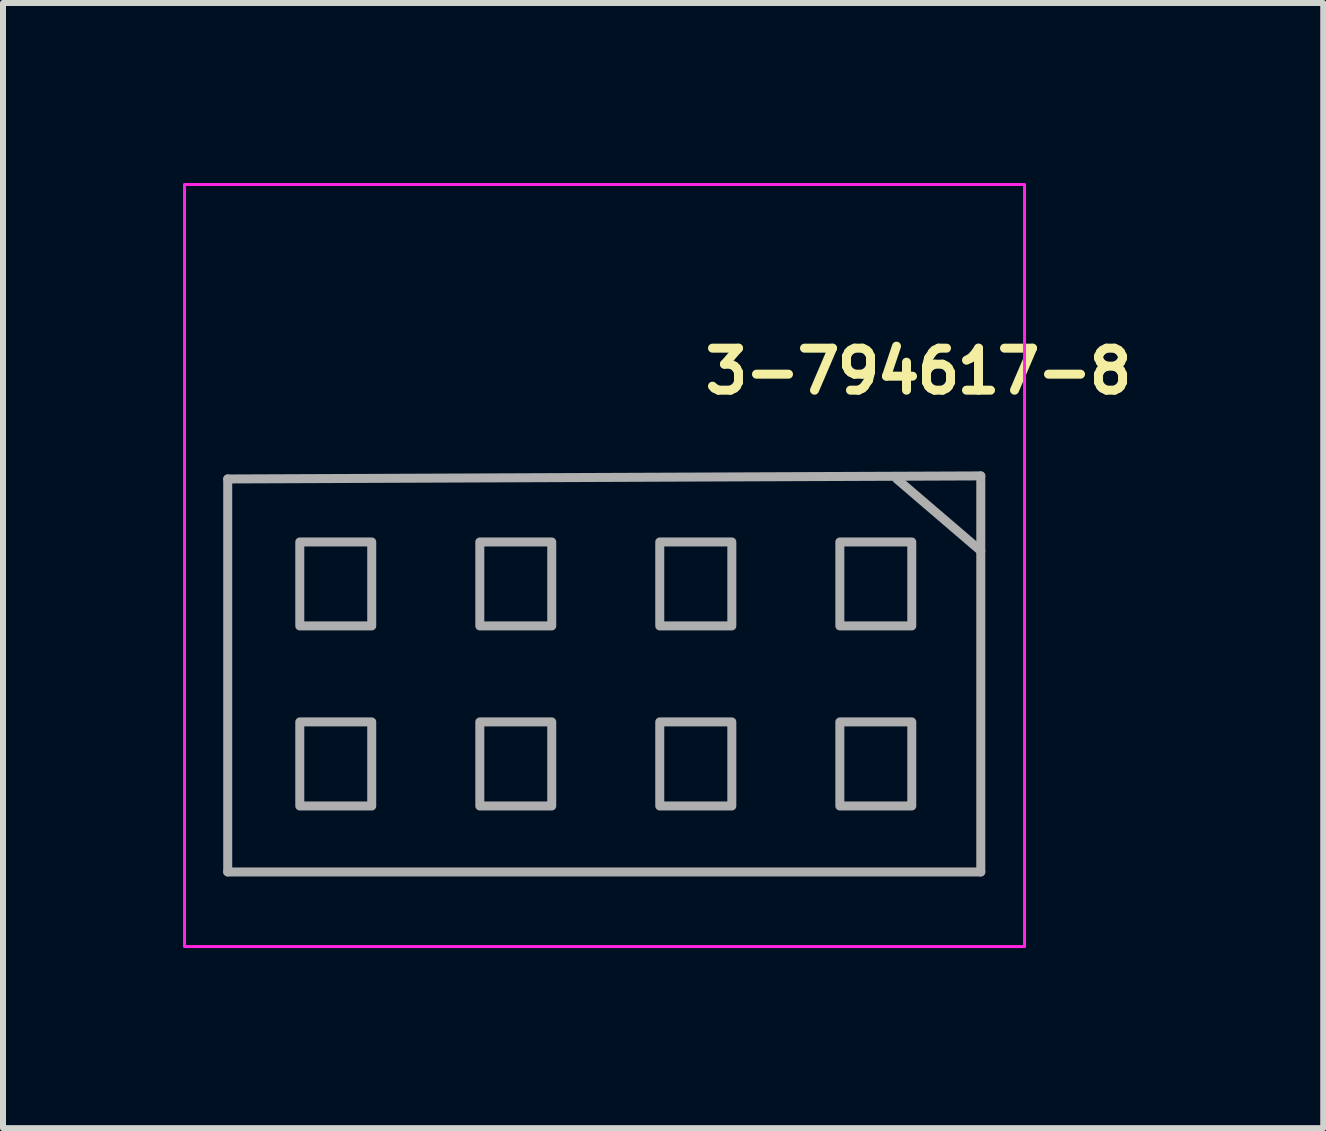
<source format=kicad_pcb>
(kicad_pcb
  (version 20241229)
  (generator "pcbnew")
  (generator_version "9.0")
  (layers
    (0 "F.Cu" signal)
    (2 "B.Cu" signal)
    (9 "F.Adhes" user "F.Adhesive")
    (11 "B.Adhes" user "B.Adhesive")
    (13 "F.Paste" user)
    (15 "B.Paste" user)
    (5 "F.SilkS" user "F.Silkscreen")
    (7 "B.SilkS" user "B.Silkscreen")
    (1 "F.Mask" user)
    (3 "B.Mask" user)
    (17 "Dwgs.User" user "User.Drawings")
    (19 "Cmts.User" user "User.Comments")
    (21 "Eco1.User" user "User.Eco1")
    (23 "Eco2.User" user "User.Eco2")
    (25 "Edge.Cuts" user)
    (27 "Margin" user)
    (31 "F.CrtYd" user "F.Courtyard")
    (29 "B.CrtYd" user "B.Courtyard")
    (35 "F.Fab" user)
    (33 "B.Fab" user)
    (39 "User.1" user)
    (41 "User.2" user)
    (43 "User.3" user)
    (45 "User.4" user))
  (footprint "3-794617-8"
    (layer "F.Cu")
    (at 7.025 8.096)
    (property "Reference" "3-794617-8" (at 1.6 -4.55 0) (layer "F.SilkS") (effects (font (size 0.7 0.7) (thickness 0.15)) (justify left bottom)))
    (attr through_hole)
    (fp_rect (start -7 -8.071) (end 6.999 4.629) (stroke (width 0.05) (type solid)) (fill no) (layer "F.CrtYd"))
    (fp_line (start -6.28 -3.164) (end 6.27 -3.215) (stroke (width 0.15) (type solid)) (layer "F.Fab"))
    (fp_line (start -6.28 3.385) (end -6.28 -3.164) (stroke (width 0.15) (type solid)) (layer "F.Fab"))
    (fp_line (start 6.27 -3.215) (end 6.27 3.385) (stroke (width 0.15) (type solid)) (layer "F.Fab"))
    (fp_line (start 6.27 -1.965) (end 4.87 -3.164) (stroke (width 0.15) (type solid)) (layer "F.Fab"))
    (fp_line (start 6.27 3.385) (end -6.28 3.385) (stroke (width 0.15) (type solid)) (layer "F.Fab"))
    (fp_poly (pts (xy -5.079 -0.715) (xy -5.079 -2.114) (xy -3.88 -2.114) (xy -3.88 -0.715)) (stroke (width 0.15) (type solid)) (fill no) (layer "F.Fab"))
    (fp_poly (pts (xy -5.079 2.286) (xy -5.079 0.885) (xy -3.88 0.885) (xy -3.88 2.286)) (stroke (width 0.15) (type solid)) (fill no) (layer "F.Fab"))
    (fp_poly (pts (xy -2.079 -0.715) (xy -2.079 -2.114) (xy -0.88 -2.114) (xy -0.88 -0.715)) (stroke (width 0.15) (type solid)) (fill no) (layer "F.Fab"))
    (fp_poly (pts (xy -2.079 2.286) (xy -2.079 0.885) (xy -0.88 0.885) (xy -0.88 2.286)) (stroke (width 0.15) (type solid)) (fill no) (layer "F.Fab"))
    (fp_poly (pts (xy 0.92 -0.715) (xy 0.92 -2.114) (xy 2.121 -2.114) (xy 2.121 -0.715)) (stroke (width 0.15) (type solid)) (fill no) (layer "F.Fab"))
    (fp_poly (pts (xy 0.92 2.286) (xy 0.92 0.885) (xy 2.121 0.885) (xy 2.121 2.286)) (stroke (width 0.15) (type solid)) (fill no) (layer "F.Fab"))
    (fp_poly (pts (xy 3.921 -0.715) (xy 3.921 -2.114) (xy 5.12 -2.114) (xy 5.12 -0.715)) (stroke (width 0.15) (type solid)) (fill no) (layer "F.Fab"))
    (fp_poly (pts (xy 3.921 2.286) (xy 3.921 0.885) (xy 5.12 0.885) (xy 5.12 2.286)) (stroke (width 0.15) (type solid)) (fill no) (layer "F.Fab"))
    (fp_rect (start -6.5 -7.571) (end 6.499 4.129) (stroke (width 0.1) (type solid)) (fill no) (layer "User.5"))
    (fp_line (start -6.5 -3.941) (end -6.5 -3.931) (stroke (width 0.02) (type solid)) (layer "User.9"))
    (fp_line (start -6.5 -3.931) (end -6.5 -3.431) (stroke (width 0.02) (type solid)) (layer "User.9"))
    (fp_line (start -6.5 -3.931) (end -6.3 -3.931) (stroke (width 0.02) (type solid)) (layer "User.9"))
    (fp_line (start -6.5 -3.431) (end -6.5 3.43) (stroke (width 0.02) (type solid)) (layer "User.9"))
    (fp_line (start -6.5 3.43) (end -6.5 3.93) (stroke (width 0.02) (type solid)) (layer "User.9"))
    (fp_line (start -6.5 3.43) (end 6.499 3.43) (stroke (width 0.02) (type solid)) (layer "User.9"))
    (fp_line (start -6.5 3.93) (end -6.5 3.94) (stroke (width 0.02) (type solid)) (layer "User.9"))
    (fp_line (start -6.5 3.94) (end -6.499 3.95) (stroke (width 0.02) (type solid)) (layer "User.9"))
    (fp_line (start -6.499 -3.951) (end -6.5 -3.941) (stroke (width 0.02) (type solid)) (layer "User.9"))
    (fp_line (start -6.499 3.95) (end -6.498 3.96) (stroke (width 0.02) (type solid)) (layer "User.9"))
    (fp_line (start -6.498 -3.961) (end -6.499 -3.951) (stroke (width 0.02) (type solid)) (layer "User.9"))
    (fp_line (start -6.498 3.96) (end -6.496 3.97) (stroke (width 0.02) (type solid)) (layer "User.9"))
    (fp_line (start -6.496 -3.971) (end -6.498 -3.961) (stroke (width 0.02) (type solid)) (layer "User.9"))
    (fp_line (start -6.496 3.97) (end -6.494 3.979) (stroke (width 0.02) (type solid)) (layer "User.9"))
    (fp_line (start -6.494 -3.98) (end -6.496 -3.971) (stroke (width 0.02) (type solid)) (layer "User.9"))
    (fp_line (start -6.494 3.979) (end -6.492 3.989) (stroke (width 0.02) (type solid)) (layer "User.9"))
    (fp_line (start -6.492 -3.99) (end -6.494 -3.98) (stroke (width 0.02) (type solid)) (layer "User.9"))
    (fp_line (start -6.492 3.989) (end -6.488 3.998) (stroke (width 0.02) (type solid)) (layer "User.9"))
    (fp_line (start -6.488 -3.999) (end -6.492 -3.99) (stroke (width 0.02) (type solid)) (layer "User.9"))
    (fp_line (start -6.488 3.998) (end -6.485 4.007) (stroke (width 0.02) (type solid)) (layer "User.9"))
    (fp_line (start -6.485 -4.008) (end -6.488 -3.999) (stroke (width 0.02) (type solid)) (layer "User.9"))
    (fp_line (start -6.485 4.007) (end -6.481 4.016) (stroke (width 0.02) (type solid)) (layer "User.9"))
    (fp_line (start -6.481 -4.017) (end -6.485 -4.008) (stroke (width 0.02) (type solid)) (layer "User.9"))
    (fp_line (start -6.481 4.016) (end -6.476 4.025) (stroke (width 0.02) (type solid)) (layer "User.9"))
    (fp_line (start -6.476 -4.026) (end -6.481 -4.017) (stroke (width 0.02) (type solid)) (layer "User.9"))
    (fp_line (start -6.476 4.025) (end -6.472 4.033) (stroke (width 0.02) (type solid)) (layer "User.9"))
    (fp_line (start -6.472 -4.034) (end -6.476 -4.026) (stroke (width 0.02) (type solid)) (layer "User.9"))
    (fp_line (start -6.472 4.033) (end -6.466 4.041) (stroke (width 0.02) (type solid)) (layer "User.9"))
    (fp_line (start -6.466 -4.042) (end -6.472 -4.034) (stroke (width 0.02) (type solid)) (layer "User.9"))
    (fp_line (start -6.466 4.041) (end -6.461 4.049) (stroke (width 0.02) (type solid)) (layer "User.9"))
    (fp_line (start -6.461 -4.05) (end -6.466 -4.042) (stroke (width 0.02) (type solid)) (layer "User.9"))
    (fp_line (start -6.461 4.049) (end -6.455 4.057) (stroke (width 0.02) (type solid)) (layer "User.9"))
    (fp_line (start -6.455 -4.058) (end -6.461 -4.05) (stroke (width 0.02) (type solid)) (layer "User.9"))
    (fp_line (start -6.455 4.057) (end -6.449 4.064) (stroke (width 0.02) (type solid)) (layer "User.9"))
    (fp_line (start -6.449 -4.065) (end -6.455 -4.058) (stroke (width 0.02) (type solid)) (layer "User.9"))
    (fp_line (start -6.449 4.064) (end -6.442 4.071) (stroke (width 0.02) (type solid)) (layer "User.9"))
    (fp_line (start -6.442 -4.072) (end -6.449 -4.065) (stroke (width 0.02) (type solid)) (layer "User.9"))
    (fp_line (start -6.442 4.071) (end -6.435 4.078) (stroke (width 0.02) (type solid)) (layer "User.9"))
    (fp_line (start -6.435 -4.079) (end -6.442 -4.072) (stroke (width 0.02) (type solid)) (layer "User.9"))
    (fp_line (start -6.435 4.078) (end -6.428 4.084) (stroke (width 0.02) (type solid)) (layer "User.9"))
    (fp_line (start -6.428 -4.085) (end -6.435 -4.079) (stroke (width 0.02) (type solid)) (layer "User.9"))
    (fp_line (start -6.428 4.084) (end -6.42 4.09) (stroke (width 0.02) (type solid)) (layer "User.9"))
    (fp_line (start -6.42 -4.091) (end -6.428 -4.085) (stroke (width 0.02) (type solid)) (layer "User.9"))
    (fp_line (start -6.42 4.09) (end -6.412 4.095) (stroke (width 0.02) (type solid)) (layer "User.9"))
    (fp_line (start -6.412 -4.096) (end -6.42 -4.091) (stroke (width 0.02) (type solid)) (layer "User.9"))
    (fp_line (start -6.412 4.095) (end -6.404 4.101) (stroke (width 0.02) (type solid)) (layer "User.9"))
    (fp_line (start -6.404 -4.102) (end -6.412 -4.096) (stroke (width 0.02) (type solid)) (layer "User.9"))
    (fp_line (start -6.404 4.101) (end -6.396 4.105) (stroke (width 0.02) (type solid)) (layer "User.9"))
    (fp_line (start -6.396 -4.106) (end -6.404 -4.102) (stroke (width 0.02) (type solid)) (layer "User.9"))
    (fp_line (start -6.396 4.105) (end -6.387 4.11) (stroke (width 0.02) (type solid)) (layer "User.9"))
    (fp_line (start -6.387 -4.111) (end -6.396 -4.106) (stroke (width 0.02) (type solid)) (layer "User.9"))
    (fp_line (start -6.387 4.11) (end -6.378 4.114) (stroke (width 0.02) (type solid)) (layer "User.9"))
    (fp_line (start -6.378 -4.115) (end -6.387 -4.111) (stroke (width 0.02) (type solid)) (layer "User.9"))
    (fp_line (start -6.378 4.114) (end -6.369 4.117) (stroke (width 0.02) (type solid)) (layer "User.9"))
    (fp_line (start -6.369 -4.118) (end -6.378 -4.115) (stroke (width 0.02) (type solid)) (layer "User.9"))
    (fp_line (start -6.369 4.117) (end -6.36 4.121) (stroke (width 0.02) (type solid)) (layer "User.9"))
    (fp_line (start -6.36 -4.122) (end -6.369 -4.118) (stroke (width 0.02) (type solid)) (layer "User.9"))
    (fp_line (start -6.36 4.121) (end -6.35 4.123) (stroke (width 0.02) (type solid)) (layer "User.9"))
    (fp_line (start -6.35 -4.124) (end -6.36 -4.122) (stroke (width 0.02) (type solid)) (layer "User.9"))
    (fp_line (start -6.35 4.123) (end -6.341 4.125) (stroke (width 0.02) (type solid)) (layer "User.9"))
    (fp_line (start -6.341 -4.126) (end -6.35 -4.124) (stroke (width 0.02) (type solid)) (layer "User.9"))
    (fp_line (start -6.341 4.125) (end -6.331 4.127) (stroke (width 0.02) (type solid)) (layer "User.9"))
    (fp_line (start -6.331 -4.128) (end -6.341 -4.126) (stroke (width 0.02) (type solid)) (layer "User.9"))
    (fp_line (start -6.331 4.127) (end -6.321 4.128) (stroke (width 0.02) (type solid)) (layer "User.9"))
    (fp_line (start -6.321 -4.129) (end -6.331 -4.128) (stroke (width 0.02) (type solid)) (layer "User.9"))
    (fp_line (start -6.321 4.128) (end -6.311 4.129) (stroke (width 0.02) (type solid)) (layer "User.9"))
    (fp_line (start -6.311 -4.13) (end -6.321 -4.129) (stroke (width 0.02) (type solid)) (layer "User.9"))
    (fp_line (start -6.311 4.129) (end -6.3 4.129) (stroke (width 0.02) (type solid)) (layer "User.9"))
    (fp_line (start -6.3 -4.13) (end -6.311 -4.13) (stroke (width 0.02) (type solid)) (layer "User.9"))
    (fp_line (start -6.3 -3.931) (end -6.3 -4.13) (stroke (width 0.02) (type solid)) (layer "User.9"))
    (fp_line (start -6.3 3.93) (end -6.5 3.93) (stroke (width 0.02) (type solid)) (layer "User.9"))
    (fp_line (start -6.3 4.129) (end 6.299 4.129) (stroke (width 0.02) (type solid)) (layer "User.9"))
    (fp_line (start -5.696 -2.766) (end -5.696 -2.695) (stroke (width 0.02) (type solid)) (layer "User.9"))
    (fp_line (start -5.696 -2.695) (end -5.696 -0.305) (stroke (width 0.02) (type solid)) (layer "User.9"))
    (fp_line (start -5.696 -0.305) (end -3.935 -0.305) (stroke (width 0.02) (type solid)) (layer "User.9"))
    (fp_line (start -5.696 0.234) (end -5.696 0.304) (stroke (width 0.02) (type solid)) (layer "User.9"))
    (fp_line (start -5.696 0.304) (end -5.696 2.694) (stroke (width 0.02) (type solid)) (layer "User.9"))
    (fp_line (start -5.696 2.694) (end -3.935 2.694) (stroke (width 0.02) (type solid)) (layer "User.9"))
    (fp_line (start -5.401 3.43) (end -5.401 3.439) (stroke (width 0.02) (type solid)) (layer "User.9"))
    (fp_line (start -5.25 -1.973) (end -5.25 -1.96) (stroke (width 0.02) (type solid)) (layer "User.9"))
    (fp_line (start -5.25 -1.96) (end -5.25 -1) (stroke (width 0.02) (type solid)) (layer "User.9"))
    (fp_line (start -5.25 -1) (end -5.25 -0.988) (stroke (width 0.02) (type solid)) (layer "User.9"))
    (fp_line (start -5.25 -0.988) (end -5.249 -0.976) (stroke (width 0.02) (type solid)) (layer "User.9"))
    (fp_line (start -5.25 1.027) (end -5.25 1.04) (stroke (width 0.02) (type solid)) (layer "User.9"))
    (fp_line (start -5.25 1.04) (end -5.25 1.999) (stroke (width 0.02) (type solid)) (layer "User.9"))
    (fp_line (start -5.25 1.999) (end -5.25 2.012) (stroke (width 0.02) (type solid)) (layer "User.9"))
    (fp_line (start -5.25 2.012) (end -5.249 2.024) (stroke (width 0.02) (type solid)) (layer "User.9"))
    (fp_line (start -5.249 -1.985) (end -5.25 -1.973) (stroke (width 0.02) (type solid)) (layer "User.9"))
    (fp_line (start -5.249 -0.976) (end -5.248 -0.964) (stroke (width 0.02) (type solid)) (layer "User.9"))
    (fp_line (start -5.249 1.014) (end -5.25 1.027) (stroke (width 0.02) (type solid)) (layer "User.9"))
    (fp_line (start -5.249 2.024) (end -5.248 2.036) (stroke (width 0.02) (type solid)) (layer "User.9"))
    (fp_line (start -5.248 -1.997) (end -5.249 -1.985) (stroke (width 0.02) (type solid)) (layer "User.9"))
    (fp_line (start -5.248 -0.964) (end -5.246 -0.951) (stroke (width 0.02) (type solid)) (layer "User.9"))
    (fp_line (start -5.248 1.001) (end -5.249 1.014) (stroke (width 0.02) (type solid)) (layer "User.9"))
    (fp_line (start -5.248 2.036) (end -5.246 2.048) (stroke (width 0.02) (type solid)) (layer "User.9"))
    (fp_line (start -5.246 -2.009) (end -5.248 -1.997) (stroke (width 0.02) (type solid)) (layer "User.9"))
    (fp_line (start -5.246 -0.951) (end -5.243 -0.94) (stroke (width 0.02) (type solid)) (layer "User.9"))
    (fp_line (start -5.246 2.048) (end -5.243 2.06) (stroke (width 0.02) (type solid)) (layer "User.9"))
    (fp_line (start -5.245 0.989) (end -5.248 1.001) (stroke (width 0.02) (type solid)) (layer "User.9"))
    (fp_line (start -5.243 -2.021) (end -5.246 -2.009) (stroke (width 0.02) (type solid)) (layer "User.9"))
    (fp_line (start -5.243 -0.94) (end -5.24 -0.928) (stroke (width 0.02) (type solid)) (layer "User.9"))
    (fp_line (start -5.243 0.977) (end -5.245 0.989) (stroke (width 0.02) (type solid)) (layer "User.9"))
    (fp_line (start -5.243 2.06) (end -5.24 2.072) (stroke (width 0.02) (type solid)) (layer "User.9"))
    (fp_line (start -5.24 -2.033) (end -5.243 -2.021) (stroke (width 0.02) (type solid)) (layer "User.9"))
    (fp_line (start -5.24 -0.928) (end -5.236 -0.916) (stroke (width 0.02) (type solid)) (layer "User.9"))
    (fp_line (start -5.24 2.072) (end -5.236 2.084) (stroke (width 0.02) (type solid)) (layer "User.9"))
    (fp_line (start -5.239 0.965) (end -5.243 0.977) (stroke (width 0.02) (type solid)) (layer "User.9"))
    (fp_line (start -5.236 -2.045) (end -5.24 -2.033) (stroke (width 0.02) (type solid)) (layer "User.9"))
    (fp_line (start -5.236 -0.916) (end -5.231 -0.905) (stroke (width 0.02) (type solid)) (layer "User.9"))
    (fp_line (start -5.236 2.084) (end -5.231 2.095) (stroke (width 0.02) (type solid)) (layer "User.9"))
    (fp_line (start -5.235 0.954) (end -5.239 0.965) (stroke (width 0.02) (type solid)) (layer "User.9"))
    (fp_line (start -5.231 -2.056) (end -5.236 -2.045) (stroke (width 0.02) (type solid)) (layer "User.9"))
    (fp_line (start -5.231 -0.905) (end -5.227 -0.894) (stroke (width 0.02) (type solid)) (layer "User.9"))
    (fp_line (start -5.231 0.942) (end -5.235 0.954) (stroke (width 0.02) (type solid)) (layer "User.9"))
    (fp_line (start -5.231 2.095) (end -5.227 2.106) (stroke (width 0.02) (type solid)) (layer "User.9"))
    (fp_line (start -5.227 -2.067) (end -5.231 -2.056) (stroke (width 0.02) (type solid)) (layer "User.9"))
    (fp_line (start -5.227 -0.894) (end -5.221 -0.883) (stroke (width 0.02) (type solid)) (layer "User.9"))
    (fp_line (start -5.227 2.106) (end -5.221 2.117) (stroke (width 0.02) (type solid)) (layer "User.9"))
    (fp_line (start -5.226 0.931) (end -5.231 0.942) (stroke (width 0.02) (type solid)) (layer "User.9"))
    (fp_line (start -5.221 -2.078) (end -5.227 -2.067) (stroke (width 0.02) (type solid)) (layer "User.9"))
    (fp_line (start -5.221 -0.883) (end -5.215 -0.872) (stroke (width 0.02) (type solid)) (layer "User.9"))
    (fp_line (start -5.221 2.117) (end -5.215 2.128) (stroke (width 0.02) (type solid)) (layer "User.9"))
    (fp_line (start -5.22 0.92) (end -5.226 0.931) (stroke (width 0.02) (type solid)) (layer "User.9"))
    (fp_line (start -5.215 -2.089) (end -5.221 -2.078) (stroke (width 0.02) (type solid)) (layer "User.9"))
    (fp_line (start -5.215 -0.872) (end -5.208 -0.862) (stroke (width 0.02) (type solid)) (layer "User.9"))
    (fp_line (start -5.215 2.128) (end -5.208 2.138) (stroke (width 0.02) (type solid)) (layer "User.9"))
    (fp_line (start -5.214 0.91) (end -5.22 0.92) (stroke (width 0.02) (type solid)) (layer "User.9"))
    (fp_line (start -5.208 -2.099) (end -5.215 -2.089) (stroke (width 0.02) (type solid)) (layer "User.9"))
    (fp_line (start -5.208 -0.862) (end -5.201 -0.852) (stroke (width 0.02) (type solid)) (layer "User.9"))
    (fp_line (start -5.208 0.9) (end -5.214 0.91) (stroke (width 0.02) (type solid)) (layer "User.9"))
    (fp_line (start -5.208 2.138) (end -5.201 2.148) (stroke (width 0.02) (type solid)) (layer "User.9"))
    (fp_line (start -5.201 -2.109) (end -5.208 -2.099) (stroke (width 0.02) (type solid)) (layer "User.9"))
    (fp_line (start -5.201 -0.852) (end -5.194 -0.842) (stroke (width 0.02) (type solid)) (layer "User.9"))
    (fp_line (start -5.201 0.89) (end -5.208 0.9) (stroke (width 0.02) (type solid)) (layer "User.9"))
    (fp_line (start -5.201 2.148) (end -5.194 2.158) (stroke (width 0.02) (type solid)) (layer "User.9"))
    (fp_line (start -5.194 -2.119) (end -5.201 -2.109) (stroke (width 0.02) (type solid)) (layer "User.9"))
    (fp_line (start -5.194 -0.842) (end -5.186 -0.833) (stroke (width 0.02) (type solid)) (layer "User.9"))
    (fp_line (start -5.194 2.158) (end -5.186 2.167) (stroke (width 0.02) (type solid)) (layer "User.9"))
    (fp_line (start -5.193 0.88) (end -5.201 0.89) (stroke (width 0.02) (type solid)) (layer "User.9"))
    (fp_line (start -5.186 -2.128) (end -5.194 -2.119) (stroke (width 0.02) (type solid)) (layer "User.9"))
    (fp_line (start -5.186 -0.833) (end -5.177 -0.824) (stroke (width 0.02) (type solid)) (layer "User.9"))
    (fp_line (start -5.186 0.871) (end -5.193 0.88) (stroke (width 0.02) (type solid)) (layer "User.9"))
    (fp_line (start -5.186 2.167) (end -5.177 2.176) (stroke (width 0.02) (type solid)) (layer "User.9"))
    (fp_line (start -5.177 -2.137) (end -5.186 -2.128) (stroke (width 0.02) (type solid)) (layer "User.9"))
    (fp_line (start -5.177 -2.137) (end -5.177 -2.137) (stroke (width 0.02) (type solid)) (layer "User.9"))
    (fp_line (start -5.177 -0.824) (end -5.177 -0.824) (stroke (width 0.02) (type solid)) (layer "User.9"))
    (fp_line (start -5.177 -0.824) (end -5.168 -0.815) (stroke (width 0.02) (type solid)) (layer "User.9"))
    (fp_line (start -5.177 0.863) (end -5.186 0.871) (stroke (width 0.02) (type solid)) (layer "User.9"))
    (fp_line (start -5.177 2.176) (end -5.177 2.176) (stroke (width 0.02) (type solid)) (layer "User.9"))
    (fp_line (start -5.177 2.176) (end -5.168 2.185) (stroke (width 0.02) (type solid)) (layer "User.9"))
    (fp_line (start -5.169 0.854) (end -5.177 0.863) (stroke (width 0.02) (type solid)) (layer "User.9"))
    (fp_line (start -5.168 -2.146) (end -5.177 -2.137) (stroke (width 0.02) (type solid)) (layer "User.9"))
    (fp_line (start -5.168 -0.815) (end -5.159 -0.807) (stroke (width 0.02) (type solid)) (layer "User.9"))
    (fp_line (start -5.168 2.185) (end -5.159 2.193) (stroke (width 0.02) (type solid)) (layer "User.9"))
    (fp_line (start -5.16 0.847) (end -5.169 0.854) (stroke (width 0.02) (type solid)) (layer "User.9"))
    (fp_line (start -5.159 -2.154) (end -5.168 -2.146) (stroke (width 0.02) (type solid)) (layer "User.9"))
    (fp_line (start -5.159 -0.807) (end -5.149 -0.8) (stroke (width 0.02) (type solid)) (layer "User.9"))
    (fp_line (start -5.159 2.193) (end -5.149 2.2) (stroke (width 0.02) (type solid)) (layer "User.9"))
    (fp_line (start -5.15 0.839) (end -5.16 0.847) (stroke (width 0.02) (type solid)) (layer "User.9"))
    (fp_line (start -5.149 -2.161) (end -5.159 -2.154) (stroke (width 0.02) (type solid)) (layer "User.9"))
    (fp_line (start -5.149 -0.8) (end -5.139 -0.793) (stroke (width 0.02) (type solid)) (layer "User.9"))
    (fp_line (start -5.149 2.2) (end -5.139 2.207) (stroke (width 0.02) (type solid)) (layer "User.9"))
    (fp_line (start -5.14 0.832) (end -5.15 0.839) (stroke (width 0.02) (type solid)) (layer "User.9"))
    (fp_line (start -5.139 -2.168) (end -5.149 -2.161) (stroke (width 0.02) (type solid)) (layer "User.9"))
    (fp_line (start -5.139 -0.793) (end -5.129 -0.786) (stroke (width 0.02) (type solid)) (layer "User.9"))
    (fp_line (start -5.139 2.207) (end -5.129 2.214) (stroke (width 0.02) (type solid)) (layer "User.9"))
    (fp_line (start -5.13 0.826) (end -5.14 0.832) (stroke (width 0.02) (type solid)) (layer "User.9"))
    (fp_line (start -5.129 -2.175) (end -5.139 -2.168) (stroke (width 0.02) (type solid)) (layer "User.9"))
    (fp_line (start -5.129 -0.786) (end -5.118 -0.78) (stroke (width 0.02) (type solid)) (layer "User.9"))
    (fp_line (start -5.129 2.214) (end -5.118 2.22) (stroke (width 0.02) (type solid)) (layer "User.9"))
    (fp_line (start -5.12 0.82) (end -5.13 0.826) (stroke (width 0.02) (type solid)) (layer "User.9"))
    (fp_line (start -5.118 -2.181) (end -5.129 -2.175) (stroke (width 0.02) (type solid)) (layer "User.9"))
    (fp_line (start -5.118 -0.78) (end -5.107 -0.774) (stroke (width 0.02) (type solid)) (layer "User.9"))
    (fp_line (start -5.118 2.22) (end -5.107 2.226) (stroke (width 0.02) (type solid)) (layer "User.9"))
    (fp_line (start -5.109 0.814) (end -5.12 0.82) (stroke (width 0.02) (type solid)) (layer "User.9"))
    (fp_line (start -5.107 -2.187) (end -5.118 -2.181) (stroke (width 0.02) (type solid)) (layer "User.9"))
    (fp_line (start -5.107 -0.774) (end -5.096 -0.77) (stroke (width 0.02) (type solid)) (layer "User.9"))
    (fp_line (start -5.107 2.226) (end -5.096 2.23) (stroke (width 0.02) (type solid)) (layer "User.9"))
    (fp_line (start -5.098 0.809) (end -5.109 0.814) (stroke (width 0.02) (type solid)) (layer "User.9"))
    (fp_line (start -5.096 -2.191) (end -5.107 -2.187) (stroke (width 0.02) (type solid)) (layer "User.9"))
    (fp_line (start -5.096 -0.77) (end -5.085 -0.765) (stroke (width 0.02) (type solid)) (layer "User.9"))
    (fp_line (start -5.096 2.23) (end -5.085 2.235) (stroke (width 0.02) (type solid)) (layer "User.9"))
    (fp_line (start -5.086 0.805) (end -5.098 0.809) (stroke (width 0.02) (type solid)) (layer "User.9"))
    (fp_line (start -5.085 -2.196) (end -5.096 -2.191) (stroke (width 0.02) (type solid)) (layer "User.9"))
    (fp_line (start -5.085 -0.765) (end -5.073 -0.761) (stroke (width 0.02) (type solid)) (layer "User.9"))
    (fp_line (start -5.085 2.235) (end -5.073 2.239) (stroke (width 0.02) (type solid)) (layer "User.9"))
    (fp_line (start -5.075 0.801) (end -5.086 0.805) (stroke (width 0.02) (type solid)) (layer "User.9"))
    (fp_line (start -5.073 -2.2) (end -5.085 -2.196) (stroke (width 0.02) (type solid)) (layer "User.9"))
    (fp_line (start -5.073 -0.761) (end -5.061 -0.758) (stroke (width 0.02) (type solid)) (layer "User.9"))
    (fp_line (start -5.073 2.239) (end -5.061 2.242) (stroke (width 0.02) (type solid)) (layer "User.9"))
    (fp_line (start -5.063 0.797) (end -5.075 0.801) (stroke (width 0.02) (type solid)) (layer "User.9"))
    (fp_line (start -5.061 -2.203) (end -5.073 -2.2) (stroke (width 0.02) (type solid)) (layer "User.9"))
    (fp_line (start -5.061 -0.758) (end -5.05 -0.755) (stroke (width 0.02) (type solid)) (layer "User.9"))
    (fp_line (start -5.061 2.242) (end -5.05 2.245) (stroke (width 0.02) (type solid)) (layer "User.9"))
    (fp_line (start -5.051 0.795) (end -5.063 0.797) (stroke (width 0.02) (type solid)) (layer "User.9"))
    (fp_line (start -5.05 -2.206) (end -5.061 -2.203) (stroke (width 0.02) (type solid)) (layer "User.9"))
    (fp_line (start -5.05 -0.755) (end -5.037 -0.753) (stroke (width 0.02) (type solid)) (layer "User.9"))
    (fp_line (start -5.05 2.245) (end -5.037 2.247) (stroke (width 0.02) (type solid)) (layer "User.9"))
    (fp_line (start -5.039 0.792) (end -5.051 0.795) (stroke (width 0.02) (type solid)) (layer "User.9"))
    (fp_line (start -5.037 -2.208) (end -5.05 -2.206) (stroke (width 0.02) (type solid)) (layer "User.9"))
    (fp_line (start -5.037 -0.753) (end -5.025 -0.752) (stroke (width 0.02) (type solid)) (layer "User.9"))
    (fp_line (start -5.037 2.247) (end -5.025 2.248) (stroke (width 0.02) (type solid)) (layer "User.9"))
    (fp_line (start -5.026 0.791) (end -5.039 0.792) (stroke (width 0.02) (type solid)) (layer "User.9"))
    (fp_line (start -5.025 -2.209) (end -5.037 -2.208) (stroke (width 0.02) (type solid)) (layer "User.9"))
    (fp_line (start -5.025 -0.752) (end -5.013 -0.751) (stroke (width 0.02) (type solid)) (layer "User.9"))
    (fp_line (start -5.025 2.248) (end -5.013 2.249) (stroke (width 0.02) (type solid)) (layer "User.9"))
    (fp_line (start -5.013 -2.21) (end -5.025 -2.209) (stroke (width 0.02) (type solid)) (layer "User.9"))
    (fp_line (start -5.013 -0.751) (end -5 -0.75) (stroke (width 0.02) (type solid)) (layer "User.9"))
    (fp_line (start -5.013 0.79) (end -5.026 0.791) (stroke (width 0.02) (type solid)) (layer "User.9"))
    (fp_line (start -5.013 2.249) (end -5 2.249) (stroke (width 0.02) (type solid)) (layer "User.9"))
    (fp_line (start -5 -2.21) (end -5.013 -2.21) (stroke (width 0.02) (type solid)) (layer "User.9"))
    (fp_line (start -5 -0.75) (end -3.94 -0.75) (stroke (width 0.02) (type solid)) (layer "User.9"))
    (fp_line (start -5 0.79) (end -5.013 0.79) (stroke (width 0.02) (type solid)) (layer "User.9"))
    (fp_line (start -5 2.249) (end -3.94 2.249) (stroke (width 0.02) (type solid)) (layer "User.9"))
    (fp_line (start -4.611 -2.471) (end -4.611 -2.21) (stroke (width 0.02) (type solid)) (layer "User.9"))
    (fp_line (start -4.611 -2.21) (end -5 -2.21) (stroke (width 0.02) (type solid)) (layer "User.9"))
    (fp_line (start -4.611 0.53) (end -4.611 0.79) (stroke (width 0.02) (type solid)) (layer "User.9"))
    (fp_line (start -4.611 0.79) (end -5 0.79) (stroke (width 0.02) (type solid)) (layer "User.9"))
    (fp_line (start -4.3 3.43) (end -4.3 3.439) (stroke (width 0.02) (type solid)) (layer "User.9"))
    (fp_line (start -4.3 3.439) (end -5.401 3.439) (stroke (width 0.02) (type solid)) (layer "User.9"))
    (fp_line (start -3.94 -0.75) (end -3.928 -0.751) (stroke (width 0.02) (type solid)) (layer "User.9"))
    (fp_line (start -3.94 2.249) (end -3.928 2.249) (stroke (width 0.02) (type solid)) (layer "User.9"))
    (fp_line (start -3.928 -0.751) (end -3.916 -0.752) (stroke (width 0.02) (type solid)) (layer "User.9"))
    (fp_line (start -3.928 2.249) (end -3.916 2.248) (stroke (width 0.02) (type solid)) (layer "User.9"))
    (fp_line (start -3.916 -0.752) (end -3.904 -0.753) (stroke (width 0.02) (type solid)) (layer "User.9"))
    (fp_line (start -3.916 2.248) (end -3.904 2.247) (stroke (width 0.02) (type solid)) (layer "User.9"))
    (fp_line (start -3.904 -0.753) (end -3.891 -0.755) (stroke (width 0.02) (type solid)) (layer "User.9"))
    (fp_line (start -3.904 2.247) (end -3.891 2.245) (stroke (width 0.02) (type solid)) (layer "User.9"))
    (fp_line (start -3.891 -0.755) (end -3.88 -0.758) (stroke (width 0.02) (type solid)) (layer "User.9"))
    (fp_line (start -3.891 2.245) (end -3.88 2.242) (stroke (width 0.02) (type solid)) (layer "User.9"))
    (fp_line (start -3.88 -0.758) (end -3.868 -0.761) (stroke (width 0.02) (type solid)) (layer "User.9"))
    (fp_line (start -3.88 2.242) (end -3.868 2.239) (stroke (width 0.02) (type solid)) (layer "User.9"))
    (fp_line (start -3.868 -0.761) (end -3.856 -0.765) (stroke (width 0.02) (type solid)) (layer "User.9"))
    (fp_line (start -3.868 2.239) (end -3.856 2.235) (stroke (width 0.02) (type solid)) (layer "User.9"))
    (fp_line (start -3.856 -0.765) (end -3.845 -0.77) (stroke (width 0.02) (type solid)) (layer "User.9"))
    (fp_line (start -3.856 2.235) (end -3.845 2.23) (stroke (width 0.02) (type solid)) (layer "User.9"))
    (fp_line (start -3.845 -0.77) (end -3.834 -0.774) (stroke (width 0.02) (type solid)) (layer "User.9"))
    (fp_line (start -3.845 2.23) (end -3.834 2.226) (stroke (width 0.02) (type solid)) (layer "User.9"))
    (fp_line (start -3.834 -0.774) (end -3.823 -0.78) (stroke (width 0.02) (type solid)) (layer "User.9"))
    (fp_line (start -3.834 2.226) (end -3.823 2.22) (stroke (width 0.02) (type solid)) (layer "User.9"))
    (fp_line (start -3.823 -0.78) (end -3.812 -0.786) (stroke (width 0.02) (type solid)) (layer "User.9"))
    (fp_line (start -3.823 2.22) (end -3.812 2.214) (stroke (width 0.02) (type solid)) (layer "User.9"))
    (fp_line (start -3.812 -0.786) (end -3.802 -0.793) (stroke (width 0.02) (type solid)) (layer "User.9"))
    (fp_line (start -3.812 2.214) (end -3.802 2.207) (stroke (width 0.02) (type solid)) (layer "User.9"))
    (fp_line (start -3.802 -0.793) (end -3.792 -0.8) (stroke (width 0.02) (type solid)) (layer "User.9"))
    (fp_line (start -3.802 2.207) (end -3.792 2.2) (stroke (width 0.02) (type solid)) (layer "User.9"))
    (fp_line (start -3.792 -0.8) (end -3.782 -0.807) (stroke (width 0.02) (type solid)) (layer "User.9"))
    (fp_line (start -3.792 2.2) (end -3.782 2.193) (stroke (width 0.02) (type solid)) (layer "User.9"))
    (fp_line (start -3.782 -0.807) (end -3.773 -0.815) (stroke (width 0.02) (type solid)) (layer "User.9"))
    (fp_line (start -3.782 2.193) (end -3.773 2.185) (stroke (width 0.02) (type solid)) (layer "User.9"))
    (fp_line (start -3.773 -0.815) (end -3.764 -0.824) (stroke (width 0.02) (type solid)) (layer "User.9"))
    (fp_line (start -3.773 2.185) (end -3.764 2.176) (stroke (width 0.02) (type solid)) (layer "User.9"))
    (fp_line (start -3.764 -0.824) (end -3.764 -0.824) (stroke (width 0.02) (type solid)) (layer "User.9"))
    (fp_line (start -3.764 -0.824) (end -3.755 -0.833) (stroke (width 0.02) (type solid)) (layer "User.9"))
    (fp_line (start -3.764 2.176) (end -3.764 2.176) (stroke (width 0.02) (type solid)) (layer "User.9"))
    (fp_line (start -3.764 2.176) (end -3.755 2.167) (stroke (width 0.02) (type solid)) (layer "User.9"))
    (fp_line (start -3.755 -0.833) (end -3.747 -0.842) (stroke (width 0.02) (type solid)) (layer "User.9"))
    (fp_line (start -3.755 2.167) (end -3.747 2.158) (stroke (width 0.02) (type solid)) (layer "User.9"))
    (fp_line (start -3.747 -0.842) (end -3.74 -0.852) (stroke (width 0.02) (type solid)) (layer "User.9"))
    (fp_line (start -3.747 2.158) (end -3.74 2.148) (stroke (width 0.02) (type solid)) (layer "User.9"))
    (fp_line (start -3.74 -0.852) (end -3.733 -0.862) (stroke (width 0.02) (type solid)) (layer "User.9"))
    (fp_line (start -3.74 2.148) (end -3.733 2.138) (stroke (width 0.02) (type solid)) (layer "User.9"))
    (fp_line (start -3.733 -0.862) (end -3.726 -0.872) (stroke (width 0.02) (type solid)) (layer "User.9"))
    (fp_line (start -3.733 2.138) (end -3.726 2.128) (stroke (width 0.02) (type solid)) (layer "User.9"))
    (fp_line (start -3.726 -0.872) (end -3.72 -0.883) (stroke (width 0.02) (type solid)) (layer "User.9"))
    (fp_line (start -3.726 2.128) (end -3.72 2.117) (stroke (width 0.02) (type solid)) (layer "User.9"))
    (fp_line (start -3.72 -0.883) (end -3.714 -0.894) (stroke (width 0.02) (type solid)) (layer "User.9"))
    (fp_line (start -3.72 2.117) (end -3.714 2.106) (stroke (width 0.02) (type solid)) (layer "User.9"))
    (fp_line (start -3.714 -0.894) (end -3.71 -0.905) (stroke (width 0.02) (type solid)) (layer "User.9"))
    (fp_line (start -3.714 2.106) (end -3.71 2.095) (stroke (width 0.02) (type solid)) (layer "User.9"))
    (fp_line (start -3.71 -0.905) (end -3.705 -0.916) (stroke (width 0.02) (type solid)) (layer "User.9"))
    (fp_line (start -3.71 2.095) (end -3.705 2.084) (stroke (width 0.02) (type solid)) (layer "User.9"))
    (fp_line (start -3.705 -0.916) (end -3.701 -0.928) (stroke (width 0.02) (type solid)) (layer "User.9"))
    (fp_line (start -3.705 2.084) (end -3.701 2.072) (stroke (width 0.02) (type solid)) (layer "User.9"))
    (fp_line (start -3.701 -0.928) (end -3.698 -0.94) (stroke (width 0.02) (type solid)) (layer "User.9"))
    (fp_line (start -3.701 2.072) (end -3.698 2.06) (stroke (width 0.02) (type solid)) (layer "User.9"))
    (fp_line (start -3.698 -0.94) (end -3.695 -0.951) (stroke (width 0.02) (type solid)) (layer "User.9"))
    (fp_line (start -3.698 2.06) (end -3.695 2.048) (stroke (width 0.02) (type solid)) (layer "User.9"))
    (fp_line (start -3.695 -0.951) (end -3.693 -0.964) (stroke (width 0.02) (type solid)) (layer "User.9"))
    (fp_line (start -3.695 2.048) (end -3.693 2.036) (stroke (width 0.02) (type solid)) (layer "User.9"))
    (fp_line (start -3.693 -0.964) (end -3.692 -0.976) (stroke (width 0.02) (type solid)) (layer "User.9"))
    (fp_line (start -3.693 2.036) (end -3.692 2.024) (stroke (width 0.02) (type solid)) (layer "User.9"))
    (fp_line (start -3.692 -0.976) (end -3.691 -0.988) (stroke (width 0.02) (type solid)) (layer "User.9"))
    (fp_line (start -3.692 2.024) (end -3.691 2.012) (stroke (width 0.02) (type solid)) (layer "User.9"))
    (fp_line (start -3.691 -0.988) (end -3.69 -1) (stroke (width 0.02) (type solid)) (layer "User.9"))
    (fp_line (start -3.691 2.012) (end -3.69 1.999) (stroke (width 0.02) (type solid)) (layer "User.9"))
    (fp_line (start -3.69 -2.471) (end -4.611 -2.471) (stroke (width 0.02) (type solid)) (layer "User.9"))
    (fp_line (start -3.69 -1) (end -3.69 -2.471) (stroke (width 0.02) (type solid)) (layer "User.9"))
    (fp_line (start -3.69 0.53) (end -4.611 0.53) (stroke (width 0.02) (type solid)) (layer "User.9"))
    (fp_line (start -3.69 1.999) (end -3.69 0.53) (stroke (width 0.02) (type solid)) (layer "User.9"))
    (fp_line (start -3.306 -2.766) (end -5.696 -2.766) (stroke (width 0.02) (type solid)) (layer "User.9"))
    (fp_line (start -3.306 -2.766) (end -3.306 -2.695) (stroke (width 0.02) (type solid)) (layer "User.9"))
    (fp_line (start -3.306 -2.695) (end -5.696 -2.695) (stroke (width 0.02) (type solid)) (layer "User.9"))
    (fp_line (start -3.306 -0.936) (end -3.935 -0.305) (stroke (width 0.02) (type solid)) (layer "User.9"))
    (fp_line (start -3.306 -0.936) (end -3.306 -2.695) (stroke (width 0.02) (type solid)) (layer "User.9"))
    (fp_line (start -3.306 0.234) (end -5.696 0.234) (stroke (width 0.02) (type solid)) (layer "User.9"))
    (fp_line (start -3.306 0.234) (end -3.306 0.304) (stroke (width 0.02) (type solid)) (layer "User.9"))
    (fp_line (start -3.306 0.304) (end -5.696 0.304) (stroke (width 0.02) (type solid)) (layer "User.9"))
    (fp_line (start -3.306 2.064) (end -3.935 2.694) (stroke (width 0.02) (type solid)) (layer "User.9"))
    (fp_line (start -3.306 2.064) (end -3.306 0.304) (stroke (width 0.02) (type solid)) (layer "User.9"))
    (fp_line (start -2.695 -2.766) (end -2.695 -2.695) (stroke (width 0.02) (type solid)) (layer "User.9"))
    (fp_line (start -2.695 -2.695) (end -2.695 -0.936) (stroke (width 0.02) (type solid)) (layer "User.9"))
    (fp_line (start -2.695 0.234) (end -2.695 0.304) (stroke (width 0.02) (type solid)) (layer "User.9"))
    (fp_line (start -2.695 0.304) (end -2.695 2.064) (stroke (width 0.02) (type solid)) (layer "User.9"))
    (fp_line (start -2.4 -4.13) (end -6.3 -4.13) (stroke (width 0.02) (type solid)) (layer "User.9"))
    (fp_line (start -2.4 -4.13) (end -2.4 -3.931) (stroke (width 0.02) (type solid)) (layer "User.9"))
    (fp_line (start -2.4 -3.431) (end -2.4 -3.931) (stroke (width 0.02) (type solid)) (layer "User.9"))
    (fp_line (start -2.25 -1.973) (end -2.25 -1.96) (stroke (width 0.02) (type solid)) (layer "User.9"))
    (fp_line (start -2.25 -1.96) (end -2.25 -1) (stroke (width 0.02) (type solid)) (layer "User.9"))
    (fp_line (start -2.25 -1) (end -2.25 -0.988) (stroke (width 0.02) (type solid)) (layer "User.9"))
    (fp_line (start -2.25 -0.988) (end -2.249 -0.976) (stroke (width 0.02) (type solid)) (layer "User.9"))
    (fp_line (start -2.25 1.027) (end -2.25 1.04) (stroke (width 0.02) (type solid)) (layer "User.9"))
    (fp_line (start -2.25 1.04) (end -2.25 1.999) (stroke (width 0.02) (type solid)) (layer "User.9"))
    (fp_line (start -2.25 1.999) (end -2.25 2.012) (stroke (width 0.02) (type solid)) (layer "User.9"))
    (fp_line (start -2.25 2.012) (end -2.249 2.024) (stroke (width 0.02) (type solid)) (layer "User.9"))
    (fp_line (start -2.249 -1.985) (end -2.25 -1.973) (stroke (width 0.02) (type solid)) (layer "User.9"))
    (fp_line (start -2.249 -0.976) (end -2.248 -0.964) (stroke (width 0.02) (type solid)) (layer "User.9"))
    (fp_line (start -2.249 1.014) (end -2.25 1.027) (stroke (width 0.02) (type solid)) (layer "User.9"))
    (fp_line (start -2.249 2.024) (end -2.248 2.036) (stroke (width 0.02) (type solid)) (layer "User.9"))
    (fp_line (start -2.248 -1.997) (end -2.249 -1.985) (stroke (width 0.02) (type solid)) (layer "User.9"))
    (fp_line (start -2.248 -0.964) (end -2.246 -0.951) (stroke (width 0.02) (type solid)) (layer "User.9"))
    (fp_line (start -2.248 1.001) (end -2.249 1.014) (stroke (width 0.02) (type solid)) (layer "User.9"))
    (fp_line (start -2.248 2.036) (end -2.246 2.048) (stroke (width 0.02) (type solid)) (layer "User.9"))
    (fp_line (start -2.246 -2.009) (end -2.248 -1.997) (stroke (width 0.02) (type solid)) (layer "User.9"))
    (fp_line (start -2.246 -0.951) (end -2.243 -0.94) (stroke (width 0.02) (type solid)) (layer "User.9"))
    (fp_line (start -2.246 2.048) (end -2.243 2.06) (stroke (width 0.02) (type solid)) (layer "User.9"))
    (fp_line (start -2.245 0.989) (end -2.248 1.001) (stroke (width 0.02) (type solid)) (layer "User.9"))
    (fp_line (start -2.243 -2.021) (end -2.246 -2.009) (stroke (width 0.02) (type solid)) (layer "User.9"))
    (fp_line (start -2.243 -0.94) (end -2.24 -0.928) (stroke (width 0.02) (type solid)) (layer "User.9"))
    (fp_line (start -2.243 0.977) (end -2.245 0.989) (stroke (width 0.02) (type solid)) (layer "User.9"))
    (fp_line (start -2.243 2.06) (end -2.24 2.072) (stroke (width 0.02) (type solid)) (layer "User.9"))
    (fp_line (start -2.24 -2.033) (end -2.243 -2.021) (stroke (width 0.02) (type solid)) (layer "User.9"))
    (fp_line (start -2.24 -0.928) (end -2.236 -0.916) (stroke (width 0.02) (type solid)) (layer "User.9"))
    (fp_line (start -2.24 2.072) (end -2.236 2.084) (stroke (width 0.02) (type solid)) (layer "User.9"))
    (fp_line (start -2.239 0.965) (end -2.243 0.977) (stroke (width 0.02) (type solid)) (layer "User.9"))
    (fp_line (start -2.236 -2.045) (end -2.24 -2.033) (stroke (width 0.02) (type solid)) (layer "User.9"))
    (fp_line (start -2.236 -0.916) (end -2.231 -0.905) (stroke (width 0.02) (type solid)) (layer "User.9"))
    (fp_line (start -2.236 2.084) (end -2.231 2.095) (stroke (width 0.02) (type solid)) (layer "User.9"))
    (fp_line (start -2.235 0.954) (end -2.239 0.965) (stroke (width 0.02) (type solid)) (layer "User.9"))
    (fp_line (start -2.231 -2.056) (end -2.236 -2.045) (stroke (width 0.02) (type solid)) (layer "User.9"))
    (fp_line (start -2.231 -0.905) (end -2.227 -0.894) (stroke (width 0.02) (type solid)) (layer "User.9"))
    (fp_line (start -2.231 0.942) (end -2.235 0.954) (stroke (width 0.02) (type solid)) (layer "User.9"))
    (fp_line (start -2.231 2.095) (end -2.227 2.106) (stroke (width 0.02) (type solid)) (layer "User.9"))
    (fp_line (start -2.227 -2.067) (end -2.231 -2.056) (stroke (width 0.02) (type solid)) (layer "User.9"))
    (fp_line (start -2.227 -0.894) (end -2.221 -0.883) (stroke (width 0.02) (type solid)) (layer "User.9"))
    (fp_line (start -2.227 2.106) (end -2.221 2.117) (stroke (width 0.02) (type solid)) (layer "User.9"))
    (fp_line (start -2.226 0.931) (end -2.231 0.942) (stroke (width 0.02) (type solid)) (layer "User.9"))
    (fp_line (start -2.221 -2.078) (end -2.227 -2.067) (stroke (width 0.02) (type solid)) (layer "User.9"))
    (fp_line (start -2.221 -0.883) (end -2.215 -0.872) (stroke (width 0.02) (type solid)) (layer "User.9"))
    (fp_line (start -2.221 2.117) (end -2.215 2.128) (stroke (width 0.02) (type solid)) (layer "User.9"))
    (fp_line (start -2.22 0.92) (end -2.226 0.931) (stroke (width 0.02) (type solid)) (layer "User.9"))
    (fp_line (start -2.215 -2.089) (end -2.221 -2.078) (stroke (width 0.02) (type solid)) (layer "User.9"))
    (fp_line (start -2.215 -0.872) (end -2.208 -0.862) (stroke (width 0.02) (type solid)) (layer "User.9"))
    (fp_line (start -2.215 2.128) (end -2.208 2.138) (stroke (width 0.02) (type solid)) (layer "User.9"))
    (fp_line (start -2.214 0.91) (end -2.22 0.92) (stroke (width 0.02) (type solid)) (layer "User.9"))
    (fp_line (start -2.208 -2.099) (end -2.215 -2.089) (stroke (width 0.02) (type solid)) (layer "User.9"))
    (fp_line (start -2.208 -0.862) (end -2.201 -0.852) (stroke (width 0.02) (type solid)) (layer "User.9"))
    (fp_line (start -2.208 0.9) (end -2.214 0.91) (stroke (width 0.02) (type solid)) (layer "User.9"))
    (fp_line (start -2.208 2.138) (end -2.201 2.148) (stroke (width 0.02) (type solid)) (layer "User.9"))
    (fp_line (start -2.201 -2.109) (end -2.208 -2.099) (stroke (width 0.02) (type solid)) (layer "User.9"))
    (fp_line (start -2.201 -0.852) (end -2.194 -0.842) (stroke (width 0.02) (type solid)) (layer "User.9"))
    (fp_line (start -2.201 0.89) (end -2.208 0.9) (stroke (width 0.02) (type solid)) (layer "User.9"))
    (fp_line (start -2.201 2.148) (end -2.194 2.158) (stroke (width 0.02) (type solid)) (layer "User.9"))
    (fp_line (start -2.194 -2.119) (end -2.201 -2.109) (stroke (width 0.02) (type solid)) (layer "User.9"))
    (fp_line (start -2.194 -0.842) (end -2.186 -0.833) (stroke (width 0.02) (type solid)) (layer "User.9"))
    (fp_line (start -2.194 2.158) (end -2.186 2.167) (stroke (width 0.02) (type solid)) (layer "User.9"))
    (fp_line (start -2.193 0.88) (end -2.201 0.89) (stroke (width 0.02) (type solid)) (layer "User.9"))
    (fp_line (start -2.186 -2.128) (end -2.194 -2.119) (stroke (width 0.02) (type solid)) (layer "User.9"))
    (fp_line (start -2.186 -0.833) (end -2.177 -0.824) (stroke (width 0.02) (type solid)) (layer "User.9"))
    (fp_line (start -2.186 0.871) (end -2.193 0.88) (stroke (width 0.02) (type solid)) (layer "User.9"))
    (fp_line (start -2.186 2.167) (end -2.177 2.176) (stroke (width 0.02) (type solid)) (layer "User.9"))
    (fp_line (start -2.177 -2.137) (end -2.186 -2.128) (stroke (width 0.02) (type solid)) (layer "User.9"))
    (fp_line (start -2.177 -2.137) (end -2.177 -2.137) (stroke (width 0.02) (type solid)) (layer "User.9"))
    (fp_line (start -2.177 -0.824) (end -2.177 -0.824) (stroke (width 0.02) (type solid)) (layer "User.9"))
    (fp_line (start -2.177 -0.824) (end -2.168 -0.815) (stroke (width 0.02) (type solid)) (layer "User.9"))
    (fp_line (start -2.177 0.863) (end -2.186 0.871) (stroke (width 0.02) (type solid)) (layer "User.9"))
    (fp_line (start -2.177 2.176) (end -2.177 2.176) (stroke (width 0.02) (type solid)) (layer "User.9"))
    (fp_line (start -2.177 2.176) (end -2.168 2.185) (stroke (width 0.02) (type solid)) (layer "User.9"))
    (fp_line (start -2.169 0.854) (end -2.177 0.863) (stroke (width 0.02) (type solid)) (layer "User.9"))
    (fp_line (start -2.168 -2.146) (end -2.177 -2.137) (stroke (width 0.02) (type solid)) (layer "User.9"))
    (fp_line (start -2.168 -0.815) (end -2.159 -0.807) (stroke (width 0.02) (type solid)) (layer "User.9"))
    (fp_line (start -2.168 2.185) (end -2.159 2.193) (stroke (width 0.02) (type solid)) (layer "User.9"))
    (fp_line (start -2.16 0.847) (end -2.169 0.854) (stroke (width 0.02) (type solid)) (layer "User.9"))
    (fp_line (start -2.159 -2.154) (end -2.168 -2.146) (stroke (width 0.02) (type solid)) (layer "User.9"))
    (fp_line (start -2.159 -0.807) (end -2.149 -0.8) (stroke (width 0.02) (type solid)) (layer "User.9"))
    (fp_line (start -2.159 2.193) (end -2.149 2.2) (stroke (width 0.02) (type solid)) (layer "User.9"))
    (fp_line (start -2.15 0.839) (end -2.16 0.847) (stroke (width 0.02) (type solid)) (layer "User.9"))
    (fp_line (start -2.149 -2.161) (end -2.159 -2.154) (stroke (width 0.02) (type solid)) (layer "User.9"))
    (fp_line (start -2.149 -0.8) (end -2.139 -0.793) (stroke (width 0.02) (type solid)) (layer "User.9"))
    (fp_line (start -2.149 2.2) (end -2.139 2.207) (stroke (width 0.02) (type solid)) (layer "User.9"))
    (fp_line (start -2.14 0.832) (end -2.15 0.839) (stroke (width 0.02) (type solid)) (layer "User.9"))
    (fp_line (start -2.139 -2.168) (end -2.149 -2.161) (stroke (width 0.02) (type solid)) (layer "User.9"))
    (fp_line (start -2.139 -0.793) (end -2.129 -0.786) (stroke (width 0.02) (type solid)) (layer "User.9"))
    (fp_line (start -2.139 2.207) (end -2.129 2.214) (stroke (width 0.02) (type solid)) (layer "User.9"))
    (fp_line (start -2.13 0.826) (end -2.14 0.832) (stroke (width 0.02) (type solid)) (layer "User.9"))
    (fp_line (start -2.129 -2.175) (end -2.139 -2.168) (stroke (width 0.02) (type solid)) (layer "User.9"))
    (fp_line (start -2.129 -0.786) (end -2.118 -0.78) (stroke (width 0.02) (type solid)) (layer "User.9"))
    (fp_line (start -2.129 2.214) (end -2.118 2.22) (stroke (width 0.02) (type solid)) (layer "User.9"))
    (fp_line (start -2.12 0.82) (end -2.13 0.826) (stroke (width 0.02) (type solid)) (layer "User.9"))
    (fp_line (start -2.118 -2.181) (end -2.129 -2.175) (stroke (width 0.02) (type solid)) (layer "User.9"))
    (fp_line (start -2.118 -0.78) (end -2.107 -0.774) (stroke (width 0.02) (type solid)) (layer "User.9"))
    (fp_line (start -2.118 2.22) (end -2.107 2.226) (stroke (width 0.02) (type solid)) (layer "User.9"))
    (fp_line (start -2.109 0.814) (end -2.12 0.82) (stroke (width 0.02) (type solid)) (layer "User.9"))
    (fp_line (start -2.107 -2.187) (end -2.118 -2.181) (stroke (width 0.02) (type solid)) (layer "User.9"))
    (fp_line (start -2.107 -0.774) (end -2.096 -0.77) (stroke (width 0.02) (type solid)) (layer "User.9"))
    (fp_line (start -2.107 2.226) (end -2.096 2.23) (stroke (width 0.02) (type solid)) (layer "User.9"))
    (fp_line (start -2.098 0.809) (end -2.109 0.814) (stroke (width 0.02) (type solid)) (layer "User.9"))
    (fp_line (start -2.096 -2.191) (end -2.107 -2.187) (stroke (width 0.02) (type solid)) (layer "User.9"))
    (fp_line (start -2.096 -0.77) (end -2.085 -0.765) (stroke (width 0.02) (type solid)) (layer "User.9"))
    (fp_line (start -2.096 2.23) (end -2.085 2.235) (stroke (width 0.02) (type solid)) (layer "User.9"))
    (fp_line (start -2.086 0.805) (end -2.098 0.809) (stroke (width 0.02) (type solid)) (layer "User.9"))
    (fp_line (start -2.085 -2.196) (end -2.096 -2.191) (stroke (width 0.02) (type solid)) (layer "User.9"))
    (fp_line (start -2.085 -0.765) (end -2.073 -0.761) (stroke (width 0.02) (type solid)) (layer "User.9"))
    (fp_line (start -2.085 2.235) (end -2.073 2.239) (stroke (width 0.02) (type solid)) (layer "User.9"))
    (fp_line (start -2.075 0.801) (end -2.086 0.805) (stroke (width 0.02) (type solid)) (layer "User.9"))
    (fp_line (start -2.073 -2.2) (end -2.085 -2.196) (stroke (width 0.02) (type solid)) (layer "User.9"))
    (fp_line (start -2.073 -0.761) (end -2.061 -0.758) (stroke (width 0.02) (type solid)) (layer "User.9"))
    (fp_line (start -2.073 2.239) (end -2.061 2.242) (stroke (width 0.02) (type solid)) (layer "User.9"))
    (fp_line (start -2.065 -0.305) (end -2.695 -0.936) (stroke (width 0.02) (type solid)) (layer "User.9"))
    (fp_line (start -2.065 -0.305) (end -0.305 -0.305) (stroke (width 0.02) (type solid)) (layer "User.9"))
    (fp_line (start -2.065 2.694) (end -2.695 2.064) (stroke (width 0.02) (type solid)) (layer "User.9"))
    (fp_line (start -2.065 2.694) (end -0.305 2.694) (stroke (width 0.02) (type solid)) (layer "User.9"))
    (fp_line (start -2.063 0.797) (end -2.075 0.801) (stroke (width 0.02) (type solid)) (layer "User.9"))
    (fp_line (start -2.061 -2.203) (end -2.073 -2.2) (stroke (width 0.02) (type solid)) (layer "User.9"))
    (fp_line (start -2.061 -0.758) (end -2.049 -0.755) (stroke (width 0.02) (type solid)) (layer "User.9"))
    (fp_line (start -2.061 2.242) (end -2.049 2.245) (stroke (width 0.02) (type solid)) (layer "User.9"))
    (fp_line (start -2.051 0.795) (end -2.063 0.797) (stroke (width 0.02) (type solid)) (layer "User.9"))
    (fp_line (start -2.049 -2.206) (end -2.061 -2.203) (stroke (width 0.02) (type solid)) (layer "User.9"))
    (fp_line (start -2.049 -0.755) (end -2.037 -0.753) (stroke (width 0.02) (type solid)) (layer "User.9"))
    (fp_line (start -2.049 2.245) (end -2.037 2.247) (stroke (width 0.02) (type solid)) (layer "User.9"))
    (fp_line (start -2.039 0.792) (end -2.051 0.795) (stroke (width 0.02) (type solid)) (layer "User.9"))
    (fp_line (start -2.037 -2.208) (end -2.049 -2.206) (stroke (width 0.02) (type solid)) (layer "User.9"))
    (fp_line (start -2.037 -0.753) (end -2.025 -0.752) (stroke (width 0.02) (type solid)) (layer "User.9"))
    (fp_line (start -2.037 2.247) (end -2.025 2.248) (stroke (width 0.02) (type solid)) (layer "User.9"))
    (fp_line (start -2.026 0.791) (end -2.039 0.792) (stroke (width 0.02) (type solid)) (layer "User.9"))
    (fp_line (start -2.025 -2.209) (end -2.037 -2.208) (stroke (width 0.02) (type solid)) (layer "User.9"))
    (fp_line (start -2.025 -0.752) (end -2.013 -0.751) (stroke (width 0.02) (type solid)) (layer "User.9"))
    (fp_line (start -2.025 2.248) (end -2.013 2.249) (stroke (width 0.02) (type solid)) (layer "User.9"))
    (fp_line (start -2.017 -7.38) (end -2.017 -7.37) (stroke (width 0.02) (type solid)) (layer "User.9"))
    (fp_line (start -2.017 -7.37) (end -2.017 -7.37) (stroke (width 0.02) (type solid)) (layer "User.9"))
    (fp_line (start -2.017 -5.01) (end -2.017 -7.37) (stroke (width 0.02) (type solid)) (layer "User.9"))
    (fp_line (start -2.017 -5.01) (end -2.017 -5.01) (stroke (width 0.02) (type solid)) (layer "User.9"))
    (fp_line (start -2.017 -5.01) (end -2.017 -5.01) (stroke (width 0.02) (type solid)) (layer "User.9"))
    (fp_line (start -2.016 -7.39) (end -2.017 -7.38) (stroke (width 0.02) (type solid)) (layer "User.9"))
    (fp_line (start -2.015 -7.4) (end -2.016 -7.39) (stroke (width 0.02) (type solid)) (layer "User.9"))
    (fp_line (start -2.013 -7.41) (end -2.015 -7.4) (stroke (width 0.02) (type solid)) (layer "User.9"))
    (fp_line (start -2.013 -2.21) (end -2.025 -2.209) (stroke (width 0.02) (type solid)) (layer "User.9"))
    (fp_line (start -2.013 -0.751) (end -2 -0.75) (stroke (width 0.02) (type solid)) (layer "User.9"))
    (fp_line (start -2.013 0.79) (end -2.026 0.791) (stroke (width 0.02) (type solid)) (layer "User.9"))
    (fp_line (start -2.013 2.249) (end -2 2.249) (stroke (width 0.02) (type solid)) (layer "User.9"))
    (fp_line (start -2.011 -7.419) (end -2.013 -7.41) (stroke (width 0.02) (type solid)) (layer "User.9"))
    (fp_line (start -2.008 -7.429) (end -2.011 -7.419) (stroke (width 0.02) (type solid)) (layer "User.9"))
    (fp_line (start -2.005 -7.438) (end -2.008 -7.429) (stroke (width 0.02) (type solid)) (layer "User.9"))
    (fp_line (start -2.002 -7.447) (end -2.005 -7.438) (stroke (width 0.02) (type solid)) (layer "User.9"))
    (fp_line (start -2 -7.381) (end -2 -7.37) (stroke (width 0.02) (type solid)) (layer "User.9"))
    (fp_line (start -2 -7.37) (end -1.991 -6.83) (stroke (width 0.02) (type solid)) (layer "User.9"))
    (fp_line (start -2 -2.21) (end -2.013 -2.21) (stroke (width 0.02) (type solid)) (layer "User.9"))
    (fp_line (start -2 -0.75) (end -0.94 -0.75) (stroke (width 0.02) (type solid)) (layer "User.9"))
    (fp_line (start -2 0.79) (end -2.013 0.79) (stroke (width 0.02) (type solid)) (layer "User.9"))
    (fp_line (start -2 2.249) (end -0.94 2.249) (stroke (width 0.02) (type solid)) (layer "User.9"))
    (fp_line (start -1.999 -7.391) (end -2 -7.381) (stroke (width 0.02) (type solid)) (layer "User.9"))
    (fp_line (start -1.998 -7.456) (end -2.002 -7.447) (stroke (width 0.02) (type solid)) (layer "User.9"))
    (fp_line (start -1.998 -7.401) (end -1.999 -7.391) (stroke (width 0.02) (type solid)) (layer "User.9"))
    (fp_line (start -1.997 -7.41) (end -1.998 -7.401) (stroke (width 0.02) (type solid)) (layer "User.9"))
    (fp_line (start -1.995 -7.42) (end -1.997 -7.41) (stroke (width 0.02) (type solid)) (layer "User.9"))
    (fp_line (start -1.994 -7.465) (end -1.998 -7.456) (stroke (width 0.02) (type solid)) (layer "User.9"))
    (fp_line (start -1.993 -7.429) (end -1.995 -7.42) (stroke (width 0.02) (type solid)) (layer "User.9"))
    (fp_line (start -1.991 -7.438) (end -1.993 -7.429) (stroke (width 0.02) (type solid)) (layer "User.9"))
    (fp_line (start -1.991 -6.83) (end -1.88 -6.83) (stroke (width 0.02) (type solid)) (layer "User.9"))
    (fp_line (start -1.989 -7.473) (end -1.994 -7.465) (stroke (width 0.02) (type solid)) (layer "User.9"))
    (fp_line (start -1.988 -7.446) (end -1.991 -7.438) (stroke (width 0.02) (type solid)) (layer "User.9"))
    (fp_line (start -1.984 -7.454) (end -1.988 -7.446) (stroke (width 0.02) (type solid)) (layer "User.9"))
    (fp_line (start -1.983 -7.481) (end -1.989 -7.473) (stroke (width 0.02) (type solid)) (layer "User.9"))
    (fp_line (start -1.981 -7.462) (end -1.984 -7.454) (stroke (width 0.02) (type solid)) (layer "User.9"))
    (fp_line (start -1.978 -7.489) (end -1.983 -7.481) (stroke (width 0.02) (type solid)) (layer "User.9"))
    (fp_line (start -1.977 -7.47) (end -1.981 -7.462) (stroke (width 0.02) (type solid)) (layer "User.9"))
    (fp_line (start -1.972 -7.497) (end -1.978 -7.489) (stroke (width 0.02) (type solid)) (layer "User.9"))
    (fp_line (start -1.972 -7.477) (end -1.977 -7.47) (stroke (width 0.02) (type solid)) (layer "User.9"))
    (fp_line (start -1.968 -7.485) (end -1.972 -7.477) (stroke (width 0.02) (type solid)) (layer "User.9"))
    (fp_line (start -1.965 -7.505) (end -1.972 -7.497) (stroke (width 0.02) (type solid)) (layer "User.9"))
    (fp_line (start -1.962 -7.492) (end -1.968 -7.485) (stroke (width 0.02) (type solid)) (layer "User.9"))
    (fp_line (start -1.959 -7.512) (end -1.965 -7.505) (stroke (width 0.02) (type solid)) (layer "User.9"))
    (fp_line (start -1.959 -7.512) (end -1.959 -7.512) (stroke (width 0.02) (type solid)) (layer "User.9"))
    (fp_line (start -1.957 -7.498) (end -1.962 -7.492) (stroke (width 0.02) (type solid)) (layer "User.9"))
    (fp_line (start -1.951 -7.519) (end -1.959 -7.512) (stroke (width 0.02) (type solid)) (layer "User.9"))
    (fp_line (start -1.951 -7.505) (end -1.957 -7.498) (stroke (width 0.02) (type solid)) (layer "User.9"))
    (fp_line (start -1.951 -7.505) (end -1.951 -7.505) (stroke (width 0.02) (type solid)) (layer "User.9"))
    (fp_line (start -1.944 -7.525) (end -1.951 -7.519) (stroke (width 0.02) (type solid)) (layer "User.9"))
    (fp_line (start -1.938 -7.517) (end -1.951 -7.505) (stroke (width 0.02) (type solid)) (layer "User.9"))
    (fp_line (start -1.936 -7.531) (end -1.944 -7.525) (stroke (width 0.02) (type solid)) (layer "User.9"))
    (fp_line (start -1.932 -7.523) (end -1.938 -7.517) (stroke (width 0.02) (type solid)) (layer "User.9"))
    (fp_line (start -1.932 -5.011) (end -1.932 -5.01) (stroke (width 0.02) (type solid)) (layer "User.9"))
    (fp_line (start -1.932 -5.01) (end -2.017 -5.01) (stroke (width 0.02) (type solid)) (layer "User.9"))
    (fp_line (start -1.932 -5.01) (end -1.932 -5.011) (stroke (width 0.02) (type solid)) (layer "User.9"))
    (fp_line (start -1.932 -5.01) (end -1.931 -5.008) (stroke (width 0.02) (type solid)) (layer "User.9"))
    (fp_line (start -1.932 -3.431) (end -1.932 -3.431) (stroke (width 0.02) (type solid)) (layer "User.9"))
    (fp_line (start -1.931 -5.008) (end -1.93 -5.004) (stroke (width 0.02) (type solid)) (layer "User.9"))
    (fp_line (start -1.931 -3.433) (end -1.932 -3.431) (stroke (width 0.02) (type solid)) (layer "User.9"))
    (fp_line (start -1.93 -5.004) (end -1.93 -4.997) (stroke (width 0.02) (type solid)) (layer "User.9"))
    (fp_line (start -1.93 -4.997) (end -1.929 -4.98) (stroke (width 0.02) (type solid)) (layer "User.9"))
    (fp_line (start -1.93 -3.444) (end -1.931 -3.433) (stroke (width 0.02) (type solid)) (layer "User.9"))
    (fp_line (start -1.929 -4.98) (end -1.927 -4.955) (stroke (width 0.02) (type solid)) (layer "User.9"))
    (fp_line (start -1.928 -7.537) (end -1.936 -7.531) (stroke (width 0.02) (type solid)) (layer "User.9"))
    (fp_line (start -1.927 -4.955) (end -1.926 -4.922) (stroke (width 0.02) (type solid)) (layer "User.9"))
    (fp_line (start -1.927 -3.486) (end -1.93 -3.444) (stroke (width 0.02) (type solid)) (layer "User.9"))
    (fp_line (start -1.926 -4.922) (end -1.925 -4.882) (stroke (width 0.02) (type solid)) (layer "User.9"))
    (fp_line (start -1.925 -7.529) (end -1.932 -7.523) (stroke (width 0.02) (type solid)) (layer "User.9"))
    (fp_line (start -1.925 -4.882) (end -1.924 -4.834) (stroke (width 0.02) (type solid)) (layer "User.9"))
    (fp_line (start -1.925 -3.559) (end -1.927 -3.486) (stroke (width 0.02) (type solid)) (layer "User.9"))
    (fp_line (start -1.924 -4.834) (end -1.923 -4.779) (stroke (width 0.02) (type solid)) (layer "User.9"))
    (fp_line (start -1.923 -4.779) (end -1.923 -4.779) (stroke (width 0.02) (type solid)) (layer "User.9"))
    (fp_line (start -1.923 -4.779) (end -1.92 -4.511) (stroke (width 0.02) (type solid)) (layer "User.9"))
    (fp_line (start -1.923 -3.662) (end -1.925 -3.559) (stroke (width 0.02) (type solid)) (layer "User.9"))
    (fp_line (start -1.923 -3.662) (end -1.923 -3.662) (stroke (width 0.02) (type solid)) (layer "User.9"))
    (fp_line (start -1.92 -7.542) (end -1.928 -7.537) (stroke (width 0.02) (type solid)) (layer "User.9"))
    (fp_line (start -1.92 -4.511) (end -1.919 -4.22) (stroke (width 0.02) (type solid)) (layer "User.9"))
    (fp_line (start -1.92 -3.93) (end -1.923 -3.662) (stroke (width 0.02) (type solid)) (layer "User.9"))
    (fp_line (start -1.919 -4.22) (end -1.92 -3.93) (stroke (width 0.02) (type solid)) (layer "User.9"))
    (fp_line (start -1.919 -4.22) (end -1.919 -4.22) (stroke (width 0.02) (type solid)) (layer "User.9"))
    (fp_line (start -1.918 -7.534) (end -1.925 -7.529) (stroke (width 0.02) (type solid)) (layer "User.9"))
    (fp_line (start -1.911 -7.547) (end -1.92 -7.542) (stroke (width 0.02) (type solid)) (layer "User.9"))
    (fp_line (start -1.91 -7.539) (end -1.918 -7.534) (stroke (width 0.02) (type solid)) (layer "User.9"))
    (fp_line (start -1.903 -7.551) (end -1.911 -7.547) (stroke (width 0.02) (type solid)) (layer "User.9"))
    (fp_line (start -1.902 -7.545) (end -1.91 -7.539) (stroke (width 0.02) (type solid)) (layer "User.9"))
    (fp_line (start -1.894 -7.555) (end -1.903 -7.551) (stroke (width 0.02) (type solid)) (layer "User.9"))
    (fp_line (start -1.894 -7.549) (end -1.902 -7.545) (stroke (width 0.02) (type solid)) (layer "User.9"))
    (fp_line (start -1.894 -4.611) (end -1.894 -4.14) (stroke (width 0.02) (type solid)) (layer "User.9"))
    (fp_line (start -1.894 -4.611) (end -1.893 -4.714) (stroke (width 0.02) (type solid)) (layer "User.9"))
    (fp_line (start -1.893 -4.714) (end -1.892 -4.787) (stroke (width 0.02) (type solid)) (layer "User.9"))
    (fp_line (start -1.893 -3.981) (end -1.894 -4.14) (stroke (width 0.02) (type solid)) (layer "User.9"))
    (fp_line (start -1.892 -4.816) (end -1.891 -4.839) (stroke (width 0.02) (type solid)) (layer "User.9"))
    (fp_line (start -1.892 -4.787) (end -1.892 -4.816) (stroke (width 0.02) (type solid)) (layer "User.9"))
    (fp_line (start -1.892 -4.787) (end -1.892 -4.787) (stroke (width 0.02) (type solid)) (layer "User.9"))
    (fp_line (start -1.892 -3.848) (end -1.893 -3.981) (stroke (width 0.02) (type solid)) (layer "User.9"))
    (fp_line (start -1.891 -4.839) (end -1.89 -4.854) (stroke (width 0.02) (type solid)) (layer "User.9"))
    (fp_line (start -1.89 -4.86) (end -1.889 -4.861) (stroke (width 0.02) (type solid)) (layer "User.9"))
    (fp_line (start -1.89 -4.859) (end -1.89 -4.86) (stroke (width 0.02) (type solid)) (layer "User.9"))
    (fp_line (start -1.89 -4.854) (end -1.89 -4.859) (stroke (width 0.02) (type solid)) (layer "User.9"))
    (fp_line (start -1.89 -3.638) (end -1.892 -3.848) (stroke (width 0.02) (type solid)) (layer "User.9"))
    (fp_line (start -1.89 -3.638) (end -1.89 -3.638) (stroke (width 0.02) (type solid)) (layer "User.9"))
    (fp_line (start -1.889 -4.861) (end -1.801 -4.861) (stroke (width 0.02) (type solid)) (layer "User.9"))
    (fp_line (start -1.888 -3.558) (end -1.89 -3.638) (stroke (width 0.02) (type solid)) (layer "User.9"))
    (fp_line (start -1.887 -3.523) (end -1.888 -3.558) (stroke (width 0.02) (type solid)) (layer "User.9"))
    (fp_line (start -1.886 -3.493) (end -1.887 -3.523) (stroke (width 0.02) (type solid)) (layer "User.9"))
    (fp_line (start -1.885 -7.559) (end -1.894 -7.555) (stroke (width 0.02) (type solid)) (layer "User.9"))
    (fp_line (start -1.885 -7.554) (end -1.894 -7.549) (stroke (width 0.02) (type solid)) (layer "User.9"))
    (fp_line (start -1.885 -3.468) (end -1.886 -3.493) (stroke (width 0.02) (type solid)) (layer "User.9"))
    (fp_line (start -1.884 -3.448) (end -1.885 -3.468) (stroke (width 0.02) (type solid)) (layer "User.9"))
    (fp_line (start -1.884 -3.441) (end -1.884 -3.448) (stroke (width 0.02) (type solid)) (layer "User.9"))
    (fp_line (start -1.883 -3.436) (end -1.884 -3.441) (stroke (width 0.02) (type solid)) (layer "User.9"))
    (fp_line (start -1.882 -3.432) (end -1.883 -3.436) (stroke (width 0.02) (type solid)) (layer "User.9"))
    (fp_line (start -1.882 -3.431) (end -6.5 -3.431) (stroke (width 0.02) (type solid)) (layer "User.9"))
    (fp_line (start -1.882 -3.431) (end -1.882 -3.432) (stroke (width 0.02) (type solid)) (layer "User.9"))
    (fp_line (start -1.882 -3.431) (end -1.882 -3.431) (stroke (width 0.02) (type solid)) (layer "User.9"))
    (fp_line (start -1.882 -3.431) (end -0.7 -3.431) (stroke (width 0.02) (type solid)) (layer "User.9"))
    (fp_line (start -1.88 -6.83) (end -1.801 -5.689) (stroke (width 0.02) (type solid)) (layer "User.9"))
    (fp_line (start -1.88 -6.83) (end 1.879 -6.83) (stroke (width 0.02) (type solid)) (layer "User.9"))
    (fp_line (start -1.876 -7.558) (end -1.885 -7.554) (stroke (width 0.02) (type solid)) (layer "User.9"))
    (fp_line (start -1.875 -7.562) (end -1.885 -7.559) (stroke (width 0.02) (type solid)) (layer "User.9"))
    (fp_line (start -1.866 -7.564) (end -1.875 -7.562) (stroke (width 0.02) (type solid)) (layer "User.9"))
    (fp_line (start -1.866 -7.561) (end -1.876 -7.558) (stroke (width 0.02) (type solid)) (layer "User.9"))
    (fp_line (start -1.856 -7.567) (end -1.866 -7.564) (stroke (width 0.02) (type solid)) (layer "User.9"))
    (fp_line (start -1.855 -7.564) (end -1.866 -7.561) (stroke (width 0.02) (type solid)) (layer "User.9"))
    (fp_line (start -1.847 -7.568) (end -1.856 -7.567) (stroke (width 0.02) (type solid)) (layer "User.9"))
    (fp_line (start -1.843 -7.567) (end -1.855 -7.564) (stroke (width 0.02) (type solid)) (layer "User.9"))
    (fp_line (start -1.837 -7.57) (end -1.847 -7.568) (stroke (width 0.02) (type solid)) (layer "User.9"))
    (fp_line (start -1.831 -7.569) (end -1.843 -7.567) (stroke (width 0.02) (type solid)) (layer "User.9"))
    (fp_line (start -1.827 -7.57) (end -1.837 -7.57) (stroke (width 0.02) (type solid)) (layer "User.9"))
    (fp_line (start -1.818 -7.57) (end -1.831 -7.569) (stroke (width 0.02) (type solid)) (layer "User.9"))
    (fp_line (start -1.817 -7.571) (end -1.827 -7.57) (stroke (width 0.02) (type solid)) (layer "User.9"))
    (fp_line (start -1.817 -7.571) (end -1.804 -7.571) (stroke (width 0.02) (type solid)) (layer "User.9"))
    (fp_line (start -1.804 -7.571) (end -1.818 -7.57) (stroke (width 0.02) (type solid)) (layer "User.9"))
    (fp_line (start -1.804 -7.571) (end 1.803 -7.571) (stroke (width 0.02) (type solid)) (layer "User.9"))
    (fp_line (start -1.801 -4.861) (end -1.801 -5.689) (stroke (width 0.02) (type solid)) (layer "User.9"))
    (fp_line (start -1.611 -2.471) (end -1.611 -2.21) (stroke (width 0.02) (type solid)) (layer "User.9"))
    (fp_line (start -1.611 -2.21) (end -2 -2.21) (stroke (width 0.02) (type solid)) (layer "User.9"))
    (fp_line (start -1.611 0.53) (end -1.611 0.79) (stroke (width 0.02) (type solid)) (layer "User.9"))
    (fp_line (start -1.611 0.79) (end -2 0.79) (stroke (width 0.02) (type solid)) (layer "User.9"))
    (fp_line (start -1.301 -5.568) (end -1.801 -5.689) (stroke (width 0.02) (type solid)) (layer "User.9"))
    (fp_line (start -1.301 -5.568) (end -1.301 -4.861) (stroke (width 0.02) (type solid)) (layer "User.9"))
    (fp_line (start -1.301 -5.568) (end 1.3 -5.568) (stroke (width 0.02) (type solid)) (layer "User.9"))
    (fp_line (start -1.301 -4.861) (end -1.801 -4.861) (stroke (width 0.02) (type solid)) (layer "User.9"))
    (fp_line (start -1.301 -4.861) (end -0.7 -4.861) (stroke (width 0.02) (type solid)) (layer "User.9"))
    (fp_line (start -0.94 -0.75) (end -0.928 -0.751) (stroke (width 0.02) (type solid)) (layer "User.9"))
    (fp_line (start -0.94 2.249) (end -0.928 2.249) (stroke (width 0.02) (type solid)) (layer "User.9"))
    (fp_line (start -0.928 -0.751) (end -0.916 -0.752) (stroke (width 0.02) (type solid)) (layer "User.9"))
    (fp_line (start -0.928 2.249) (end -0.916 2.248) (stroke (width 0.02) (type solid)) (layer "User.9"))
    (fp_line (start -0.916 -0.752) (end -0.904 -0.753) (stroke (width 0.02) (type solid)) (layer "User.9"))
    (fp_line (start -0.916 2.248) (end -0.904 2.247) (stroke (width 0.02) (type solid)) (layer "User.9"))
    (fp_line (start -0.904 -0.753) (end -0.891 -0.755) (stroke (width 0.02) (type solid)) (layer "User.9"))
    (fp_line (start -0.904 2.247) (end -0.891 2.245) (stroke (width 0.02) (type solid)) (layer "User.9"))
    (fp_line (start -0.891 -0.755) (end -0.88 -0.758) (stroke (width 0.02) (type solid)) (layer "User.9"))
    (fp_line (start -0.891 2.245) (end -0.88 2.242) (stroke (width 0.02) (type solid)) (layer "User.9"))
    (fp_line (start -0.88 -0.758) (end -0.868 -0.761) (stroke (width 0.02) (type solid)) (layer "User.9"))
    (fp_line (start -0.88 2.242) (end -0.868 2.239) (stroke (width 0.02) (type solid)) (layer "User.9"))
    (fp_line (start -0.868 -0.761) (end -0.856 -0.765) (stroke (width 0.02) (type solid)) (layer "User.9"))
    (fp_line (start -0.868 2.239) (end -0.856 2.235) (stroke (width 0.02) (type solid)) (layer "User.9"))
    (fp_line (start -0.856 -0.765) (end -0.845 -0.77) (stroke (width 0.02) (type solid)) (layer "User.9"))
    (fp_line (start -0.856 2.235) (end -0.845 2.23) (stroke (width 0.02) (type solid)) (layer "User.9"))
    (fp_line (start -0.845 -0.77) (end -0.834 -0.774) (stroke (width 0.02) (type solid)) (layer "User.9"))
    (fp_line (start -0.845 2.23) (end -0.834 2.226) (stroke (width 0.02) (type solid)) (layer "User.9"))
    (fp_line (start -0.834 -0.774) (end -0.823 -0.78) (stroke (width 0.02) (type solid)) (layer "User.9"))
    (fp_line (start -0.834 2.226) (end -0.823 2.22) (stroke (width 0.02) (type solid)) (layer "User.9"))
    (fp_line (start -0.823 -0.78) (end -0.812 -0.786) (stroke (width 0.02) (type solid)) (layer "User.9"))
    (fp_line (start -0.823 2.22) (end -0.812 2.214) (stroke (width 0.02) (type solid)) (layer "User.9"))
    (fp_line (start -0.812 -0.786) (end -0.802 -0.793) (stroke (width 0.02) (type solid)) (layer "User.9"))
    (fp_line (start -0.812 2.214) (end -0.802 2.207) (stroke (width 0.02) (type solid)) (layer "User.9"))
    (fp_line (start -0.802 -0.793) (end -0.792 -0.8) (stroke (width 0.02) (type solid)) (layer "User.9"))
    (fp_line (start -0.802 2.207) (end -0.792 2.2) (stroke (width 0.02) (type solid)) (layer "User.9"))
    (fp_line (start -0.792 -0.8) (end -0.782 -0.807) (stroke (width 0.02) (type solid)) (layer "User.9"))
    (fp_line (start -0.792 2.2) (end -0.782 2.193) (stroke (width 0.02) (type solid)) (layer "User.9"))
    (fp_line (start -0.782 -0.807) (end -0.773 -0.815) (stroke (width 0.02) (type solid)) (layer "User.9"))
    (fp_line (start -0.782 2.193) (end -0.773 2.185) (stroke (width 0.02) (type solid)) (layer "User.9"))
    (fp_line (start -0.773 -0.815) (end -0.764 -0.824) (stroke (width 0.02) (type solid)) (layer "User.9"))
    (fp_line (start -0.773 2.185) (end -0.764 2.176) (stroke (width 0.02) (type solid)) (layer "User.9"))
    (fp_line (start -0.764 -0.824) (end -0.764 -0.824) (stroke (width 0.02) (type solid)) (layer "User.9"))
    (fp_line (start -0.764 -0.824) (end -0.755 -0.833) (stroke (width 0.02) (type solid)) (layer "User.9"))
    (fp_line (start -0.764 2.176) (end -0.764 2.176) (stroke (width 0.02) (type solid)) (layer "User.9"))
    (fp_line (start -0.764 2.176) (end -0.755 2.167) (stroke (width 0.02) (type solid)) (layer "User.9"))
    (fp_line (start -0.755 -0.833) (end -0.747 -0.842) (stroke (width 0.02) (type solid)) (layer "User.9"))
    (fp_line (start -0.755 2.167) (end -0.747 2.158) (stroke (width 0.02) (type solid)) (layer "User.9"))
    (fp_line (start -0.747 -0.842) (end -0.74 -0.852) (stroke (width 0.02) (type solid)) (layer "User.9"))
    (fp_line (start -0.747 2.158) (end -0.74 2.148) (stroke (width 0.02) (type solid)) (layer "User.9"))
    (fp_line (start -0.74 -0.852) (end -0.733 -0.862) (stroke (width 0.02) (type solid)) (layer "User.9"))
    (fp_line (start -0.74 2.148) (end -0.733 2.138) (stroke (width 0.02) (type solid)) (layer "User.9"))
    (fp_line (start -0.733 -0.862) (end -0.726 -0.872) (stroke (width 0.02) (type solid)) (layer "User.9"))
    (fp_line (start -0.733 2.138) (end -0.726 2.128) (stroke (width 0.02) (type solid)) (layer "User.9"))
    (fp_line (start -0.726 -0.872) (end -0.72 -0.883) (stroke (width 0.02) (type solid)) (layer "User.9"))
    (fp_line (start -0.726 2.128) (end -0.72 2.117) (stroke (width 0.02) (type solid)) (layer "User.9"))
    (fp_line (start -0.72 -0.883) (end -0.714 -0.894) (stroke (width 0.02) (type solid)) (layer "User.9"))
    (fp_line (start -0.72 2.117) (end -0.714 2.106) (stroke (width 0.02) (type solid)) (layer "User.9"))
    (fp_line (start -0.714 -0.894) (end -0.71 -0.905) (stroke (width 0.02) (type solid)) (layer "User.9"))
    (fp_line (start -0.714 2.106) (end -0.71 2.095) (stroke (width 0.02) (type solid)) (layer "User.9"))
    (fp_line (start -0.71 -0.905) (end -0.705 -0.916) (stroke (width 0.02) (type solid)) (layer "User.9"))
    (fp_line (start -0.71 2.095) (end -0.705 2.084) (stroke (width 0.02) (type solid)) (layer "User.9"))
    (fp_line (start -0.705 -0.916) (end -0.701 -0.928) (stroke (width 0.02) (type solid)) (layer "User.9"))
    (fp_line (start -0.705 2.084) (end -0.701 2.072) (stroke (width 0.02) (type solid)) (layer "User.9"))
    (fp_line (start -0.701 -0.928) (end -0.698 -0.94) (stroke (width 0.02) (type solid)) (layer "User.9"))
    (fp_line (start -0.701 2.072) (end -0.698 2.06) (stroke (width 0.02) (type solid)) (layer "User.9"))
    (fp_line (start -0.7 -4.861) (end -0.7 -3.971) (stroke (width 0.02) (type solid)) (layer "User.9"))
    (fp_line (start -0.7 -4.861) (end 0.699 -4.861) (stroke (width 0.02) (type solid)) (layer "User.9"))
    (fp_line (start -0.7 -3.971) (end -0.7 -3.582) (stroke (width 0.02) (type solid)) (layer "User.9"))
    (fp_line (start -0.7 -3.971) (end 0.699 -3.971) (stroke (width 0.02) (type solid)) (layer "User.9"))
    (fp_line (start -0.7 -3.582) (end -0.7 -3.582) (stroke (width 0.02) (type solid)) (layer "User.9"))
    (fp_line (start -0.7 -3.582) (end -0.7 -3.431) (stroke (width 0.02) (type solid)) (layer "User.9"))
    (fp_line (start -0.698 -0.94) (end -0.695 -0.951) (stroke (width 0.02) (type solid)) (layer "User.9"))
    (fp_line (start -0.698 2.06) (end -0.695 2.048) (stroke (width 0.02) (type solid)) (layer "User.9"))
    (fp_line (start -0.695 -0.951) (end -0.693 -0.964) (stroke (width 0.02) (type solid)) (layer "User.9"))
    (fp_line (start -0.695 2.048) (end -0.693 2.036) (stroke (width 0.02) (type solid)) (layer "User.9"))
    (fp_line (start -0.693 -0.964) (end -0.692 -0.976) (stroke (width 0.02) (type solid)) (layer "User.9"))
    (fp_line (start -0.693 2.036) (end -0.692 2.024) (stroke (width 0.02) (type solid)) (layer "User.9"))
    (fp_line (start -0.692 -0.976) (end -0.691 -0.988) (stroke (width 0.02) (type solid)) (layer "User.9"))
    (fp_line (start -0.692 2.024) (end -0.691 2.012) (stroke (width 0.02) (type solid)) (layer "User.9"))
    (fp_line (start -0.691 -0.988) (end -0.69 -1) (stroke (width 0.02) (type solid)) (layer "User.9"))
    (fp_line (start -0.691 2.012) (end -0.69 1.999) (stroke (width 0.02) (type solid)) (layer "User.9"))
    (fp_line (start -0.69 -2.471) (end -1.611 -2.471) (stroke (width 0.02) (type solid)) (layer "User.9"))
    (fp_line (start -0.69 -1) (end -0.69 -2.471) (stroke (width 0.02) (type solid)) (layer "User.9"))
    (fp_line (start -0.69 0.53) (end -1.611 0.53) (stroke (width 0.02) (type solid)) (layer "User.9"))
    (fp_line (start -0.69 1.999) (end -0.69 0.53) (stroke (width 0.02) (type solid)) (layer "User.9"))
    (fp_line (start -0.305 -2.766) (end -2.695 -2.766) (stroke (width 0.02) (type solid)) (layer "User.9"))
    (fp_line (start -0.305 -2.766) (end -0.305 -2.695) (stroke (width 0.02) (type solid)) (layer "User.9"))
    (fp_line (start -0.305 -2.695) (end -2.695 -2.695) (stroke (width 0.02) (type solid)) (layer "User.9"))
    (fp_line (start -0.305 -0.305) (end -0.305 -2.695) (stroke (width 0.02) (type solid)) (layer "User.9"))
    (fp_line (start -0.305 0.234) (end -2.695 0.234) (stroke (width 0.02) (type solid)) (layer "User.9"))
    (fp_line (start -0.305 0.234) (end -0.305 0.304) (stroke (width 0.02) (type solid)) (layer "User.9"))
    (fp_line (start -0.305 0.304) (end -2.695 0.304) (stroke (width 0.02) (type solid)) (layer "User.9"))
    (fp_line (start -0.305 2.694) (end -0.305 0.304) (stroke (width 0.02) (type solid)) (layer "User.9"))
    (fp_line (start 0.304 -2.766) (end 0.304 -2.695) (stroke (width 0.02) (type solid)) (layer "User.9"))
    (fp_line (start 0.304 -2.695) (end 0.304 -0.305) (stroke (width 0.02) (type solid)) (layer "User.9"))
    (fp_line (start 0.304 -0.305) (end 2.064 -0.305) (stroke (width 0.02) (type solid)) (layer "User.9"))
    (fp_line (start 0.304 0.234) (end 0.304 0.304) (stroke (width 0.02) (type solid)) (layer "User.9"))
    (fp_line (start 0.304 0.304) (end 0.304 2.694) (stroke (width 0.02) (type solid)) (layer "User.9"))
    (fp_line (start 0.304 2.694) (end 2.064 2.694) (stroke (width 0.02) (type solid)) (layer "User.9"))
    (fp_line (start 0.699 -4.861) (end 0.699 -3.971) (stroke (width 0.02) (type solid)) (layer "User.9"))
    (fp_line (start 0.699 -4.861) (end 1.3 -4.861) (stroke (width 0.02) (type solid)) (layer "User.9"))
    (fp_line (start 0.699 -3.582) (end 0.699 -3.971) (stroke (width 0.02) (type solid)) (layer "User.9"))
    (fp_line (start 0.699 -3.582) (end 0.699 -3.582) (stroke (width 0.02) (type solid)) (layer "User.9"))
    (fp_line (start 0.699 -3.431) (end -0.7 -3.431) (stroke (width 0.02) (type solid)) (layer "User.9"))
    (fp_line (start 0.699 -3.431) (end 0.699 -3.582) (stroke (width 0.02) (type solid)) (layer "User.9"))
    (fp_line (start 0.699 -3.431) (end 1.881 -3.431) (stroke (width 0.02) (type solid)) (layer "User.9"))
    (fp_line (start 0.749 -1.96) (end 0.749 -1) (stroke (width 0.02) (type solid)) (layer "User.9"))
    (fp_line (start 0.749 -1) (end 0.75 -0.988) (stroke (width 0.02) (type solid)) (layer "User.9"))
    (fp_line (start 0.749 1.04) (end 0.749 1.999) (stroke (width 0.02) (type solid)) (layer "User.9"))
    (fp_line (start 0.749 1.999) (end 0.75 2.012) (stroke (width 0.02) (type solid)) (layer "User.9"))
    (fp_line (start 0.75 -1.973) (end 0.749 -1.96) (stroke (width 0.02) (type solid)) (layer "User.9"))
    (fp_line (start 0.75 -0.988) (end 0.751 -0.976) (stroke (width 0.02) (type solid)) (layer "User.9"))
    (fp_line (start 0.75 1.027) (end 0.749 1.04) (stroke (width 0.02) (type solid)) (layer "User.9"))
    (fp_line (start 0.75 2.012) (end 0.751 2.024) (stroke (width 0.02) (type solid)) (layer "User.9"))
    (fp_line (start 0.751 -1.985) (end 0.75 -1.973) (stroke (width 0.02) (type solid)) (layer "User.9"))
    (fp_line (start 0.751 -0.976) (end 0.752 -0.964) (stroke (width 0.02) (type solid)) (layer "User.9"))
    (fp_line (start 0.751 1.014) (end 0.75 1.027) (stroke (width 0.02) (type solid)) (layer "User.9"))
    (fp_line (start 0.751 2.024) (end 0.752 2.036) (stroke (width 0.02) (type solid)) (layer "User.9"))
    (fp_line (start 0.752 -1.997) (end 0.751 -1.985) (stroke (width 0.02) (type solid)) (layer "User.9"))
    (fp_line (start 0.752 -0.964) (end 0.754 -0.951) (stroke (width 0.02) (type solid)) (layer "User.9"))
    (fp_line (start 0.752 1.001) (end 0.751 1.014) (stroke (width 0.02) (type solid)) (layer "User.9"))
    (fp_line (start 0.752 2.036) (end 0.754 2.048) (stroke (width 0.02) (type solid)) (layer "User.9"))
    (fp_line (start 0.754 -2.009) (end 0.752 -1.997) (stroke (width 0.02) (type solid)) (layer "User.9"))
    (fp_line (start 0.754 -0.951) (end 0.757 -0.94) (stroke (width 0.02) (type solid)) (layer "User.9"))
    (fp_line (start 0.754 2.048) (end 0.757 2.06) (stroke (width 0.02) (type solid)) (layer "User.9"))
    (fp_line (start 0.755 0.989) (end 0.752 1.001) (stroke (width 0.02) (type solid)) (layer "User.9"))
    (fp_line (start 0.757 -2.021) (end 0.754 -2.009) (stroke (width 0.02) (type solid)) (layer "User.9"))
    (fp_line (start 0.757 -0.94) (end 0.76 -0.928) (stroke (width 0.02) (type solid)) (layer "User.9"))
    (fp_line (start 0.757 0.977) (end 0.755 0.989) (stroke (width 0.02) (type solid)) (layer "User.9"))
    (fp_line (start 0.757 2.06) (end 0.76 2.072) (stroke (width 0.02) (type solid)) (layer "User.9"))
    (fp_line (start 0.76 -2.033) (end 0.757 -2.021) (stroke (width 0.02) (type solid)) (layer "User.9"))
    (fp_line (start 0.76 -0.928) (end 0.764 -0.916) (stroke (width 0.02) (type solid)) (layer "User.9"))
    (fp_line (start 0.76 2.072) (end 0.764 2.084) (stroke (width 0.02) (type solid)) (layer "User.9"))
    (fp_line (start 0.761 0.965) (end 0.757 0.977) (stroke (width 0.02) (type solid)) (layer "User.9"))
    (fp_line (start 0.764 -2.045) (end 0.76 -2.033) (stroke (width 0.02) (type solid)) (layer "User.9"))
    (fp_line (start 0.764 -0.916) (end 0.769 -0.905) (stroke (width 0.02) (type solid)) (layer "User.9"))
    (fp_line (start 0.764 2.084) (end 0.769 2.095) (stroke (width 0.02) (type solid)) (layer "User.9"))
    (fp_line (start 0.765 0.954) (end 0.761 0.965) (stroke (width 0.02) (type solid)) (layer "User.9"))
    (fp_line (start 0.769 -2.056) (end 0.764 -2.045) (stroke (width 0.02) (type solid)) (layer "User.9"))
    (fp_line (start 0.769 -0.905) (end 0.773 -0.894) (stroke (width 0.02) (type solid)) (layer "User.9"))
    (fp_line (start 0.769 0.942) (end 0.765 0.954) (stroke (width 0.02) (type solid)) (layer "User.9"))
    (fp_line (start 0.769 2.095) (end 0.773 2.106) (stroke (width 0.02) (type solid)) (layer "User.9"))
    (fp_line (start 0.773 -2.067) (end 0.769 -2.056) (stroke (width 0.02) (type solid)) (layer "User.9"))
    (fp_line (start 0.773 -0.894) (end 0.779 -0.883) (stroke (width 0.02) (type solid)) (layer "User.9"))
    (fp_line (start 0.773 2.106) (end 0.779 2.117) (stroke (width 0.02) (type solid)) (layer "User.9"))
    (fp_line (start 0.774 0.931) (end 0.769 0.942) (stroke (width 0.02) (type solid)) (layer "User.9"))
    (fp_line (start 0.779 -2.078) (end 0.773 -2.067) (stroke (width 0.02) (type solid)) (layer "User.9"))
    (fp_line (start 0.779 -0.883) (end 0.785 -0.872) (stroke (width 0.02) (type solid)) (layer "User.9"))
    (fp_line (start 0.779 2.117) (end 0.785 2.128) (stroke (width 0.02) (type solid)) (layer "User.9"))
    (fp_line (start 0.78 0.92) (end 0.774 0.931) (stroke (width 0.02) (type solid)) (layer "User.9"))
    (fp_line (start 0.785 -2.089) (end 0.779 -2.078) (stroke (width 0.02) (type solid)) (layer "User.9"))
    (fp_line (start 0.785 -0.872) (end 0.792 -0.862) (stroke (width 0.02) (type solid)) (layer "User.9"))
    (fp_line (start 0.785 2.128) (end 0.792 2.138) (stroke (width 0.02) (type solid)) (layer "User.9"))
    (fp_line (start 0.786 0.91) (end 0.78 0.92) (stroke (width 0.02) (type solid)) (layer "User.9"))
    (fp_line (start 0.792 -2.099) (end 0.785 -2.089) (stroke (width 0.02) (type solid)) (layer "User.9"))
    (fp_line (start 0.792 -0.862) (end 0.799 -0.852) (stroke (width 0.02) (type solid)) (layer "User.9"))
    (fp_line (start 0.792 0.9) (end 0.786 0.91) (stroke (width 0.02) (type solid)) (layer "User.9"))
    (fp_line (start 0.792 2.138) (end 0.799 2.148) (stroke (width 0.02) (type solid)) (layer "User.9"))
    (fp_line (start 0.799 -2.109) (end 0.792 -2.099) (stroke (width 0.02) (type solid)) (layer "User.9"))
    (fp_line (start 0.799 -0.852) (end 0.806 -0.842) (stroke (width 0.02) (type solid)) (layer "User.9"))
    (fp_line (start 0.799 0.89) (end 0.792 0.9) (stroke (width 0.02) (type solid)) (layer "User.9"))
    (fp_line (start 0.799 2.148) (end 0.806 2.158) (stroke (width 0.02) (type solid)) (layer "User.9"))
    (fp_line (start 0.806 -2.119) (end 0.799 -2.109) (stroke (width 0.02) (type solid)) (layer "User.9"))
    (fp_line (start 0.806 -0.842) (end 0.814 -0.833) (stroke (width 0.02) (type solid)) (layer "User.9"))
    (fp_line (start 0.806 2.158) (end 0.814 2.167) (stroke (width 0.02) (type solid)) (layer "User.9"))
    (fp_line (start 0.807 0.88) (end 0.799 0.89) (stroke (width 0.02) (type solid)) (layer "User.9"))
    (fp_line (start 0.814 -2.128) (end 0.806 -2.119) (stroke (width 0.02) (type solid)) (layer "User.9"))
    (fp_line (start 0.814 -0.833) (end 0.823 -0.824) (stroke (width 0.02) (type solid)) (layer "User.9"))
    (fp_line (start 0.814 0.871) (end 0.807 0.88) (stroke (width 0.02) (type solid)) (layer "User.9"))
    (fp_line (start 0.814 2.167) (end 0.823 2.176) (stroke (width 0.02) (type solid)) (layer "User.9"))
    (fp_line (start 0.823 -2.137) (end 0.814 -2.128) (stroke (width 0.02) (type solid)) (layer "User.9"))
    (fp_line (start 0.823 -2.137) (end 0.823 -2.137) (stroke (width 0.02) (type solid)) (layer "User.9"))
    (fp_line (start 0.823 -0.824) (end 0.823 -0.824) (stroke (width 0.02) (type solid)) (layer "User.9"))
    (fp_line (start 0.823 -0.824) (end 0.832 -0.815) (stroke (width 0.02) (type solid)) (layer "User.9"))
    (fp_line (start 0.823 0.863) (end 0.814 0.871) (stroke (width 0.02) (type solid)) (layer "User.9"))
    (fp_line (start 0.823 2.176) (end 0.823 2.176) (stroke (width 0.02) (type solid)) (layer "User.9"))
    (fp_line (start 0.823 2.176) (end 0.832 2.185) (stroke (width 0.02) (type solid)) (layer "User.9"))
    (fp_line (start 0.831 0.854) (end 0.823 0.863) (stroke (width 0.02) (type solid)) (layer "User.9"))
    (fp_line (start 0.832 -2.146) (end 0.823 -2.137) (stroke (width 0.02) (type solid)) (layer "User.9"))
    (fp_line (start 0.832 -0.815) (end 0.841 -0.807) (stroke (width 0.02) (type solid)) (layer "User.9"))
    (fp_line (start 0.832 2.185) (end 0.841 2.193) (stroke (width 0.02) (type solid)) (layer "User.9"))
    (fp_line (start 0.84 0.847) (end 0.831 0.854) (stroke (width 0.02) (type solid)) (layer "User.9"))
    (fp_line (start 0.841 -2.154) (end 0.832 -2.146) (stroke (width 0.02) (type solid)) (layer "User.9"))
    (fp_line (start 0.841 -0.807) (end 0.851 -0.8) (stroke (width 0.02) (type solid)) (layer "User.9"))
    (fp_line (start 0.841 2.193) (end 0.851 2.2) (stroke (width 0.02) (type solid)) (layer "User.9"))
    (fp_line (start 0.85 0.839) (end 0.84 0.847) (stroke (width 0.02) (type solid)) (layer "User.9"))
    (fp_line (start 0.851 -2.161) (end 0.841 -2.154) (stroke (width 0.02) (type solid)) (layer "User.9"))
    (fp_line (start 0.851 -0.8) (end 0.861 -0.793) (stroke (width 0.02) (type solid)) (layer "User.9"))
    (fp_line (start 0.851 2.2) (end 0.861 2.207) (stroke (width 0.02) (type solid)) (layer "User.9"))
    (fp_line (start 0.86 0.832) (end 0.85 0.839) (stroke (width 0.02) (type solid)) (layer "User.9"))
    (fp_line (start 0.861 -2.168) (end 0.851 -2.161) (stroke (width 0.02) (type solid)) (layer "User.9"))
    (fp_line (start 0.861 -0.793) (end 0.871 -0.786) (stroke (width 0.02) (type solid)) (layer "User.9"))
    (fp_line (start 0.861 2.207) (end 0.871 2.214) (stroke (width 0.02) (type solid)) (layer "User.9"))
    (fp_line (start 0.87 0.826) (end 0.86 0.832) (stroke (width 0.02) (type solid)) (layer "User.9"))
    (fp_line (start 0.871 -2.175) (end 0.861 -2.168) (stroke (width 0.02) (type solid)) (layer "User.9"))
    (fp_line (start 0.871 -0.786) (end 0.882 -0.78) (stroke (width 0.02) (type solid)) (layer "User.9"))
    (fp_line (start 0.871 2.214) (end 0.882 2.22) (stroke (width 0.02) (type solid)) (layer "User.9"))
    (fp_line (start 0.88 0.82) (end 0.87 0.826) (stroke (width 0.02) (type solid)) (layer "User.9"))
    (fp_line (start 0.882 -2.181) (end 0.871 -2.175) (stroke (width 0.02) (type solid)) (layer "User.9"))
    (fp_line (start 0.882 -0.78) (end 0.893 -0.774) (stroke (width 0.02) (type solid)) (layer "User.9"))
    (fp_line (start 0.882 2.22) (end 0.893 2.226) (stroke (width 0.02) (type solid)) (layer "User.9"))
    (fp_line (start 0.891 0.814) (end 0.88 0.82) (stroke (width 0.02) (type solid)) (layer "User.9"))
    (fp_line (start 0.893 -2.187) (end 0.882 -2.181) (stroke (width 0.02) (type solid)) (layer "User.9"))
    (fp_line (start 0.893 -0.774) (end 0.904 -0.77) (stroke (width 0.02) (type solid)) (layer "User.9"))
    (fp_line (start 0.893 2.226) (end 0.904 2.23) (stroke (width 0.02) (type solid)) (layer "User.9"))
    (fp_line (start 0.902 0.809) (end 0.891 0.814) (stroke (width 0.02) (type solid)) (layer "User.9"))
    (fp_line (start 0.904 -2.191) (end 0.893 -2.187) (stroke (width 0.02) (type solid)) (layer "User.9"))
    (fp_line (start 0.904 -0.77) (end 0.915 -0.765) (stroke (width 0.02) (type solid)) (layer "User.9"))
    (fp_line (start 0.904 2.23) (end 0.915 2.235) (stroke (width 0.02) (type solid)) (layer "User.9"))
    (fp_line (start 0.914 0.805) (end 0.902 0.809) (stroke (width 0.02) (type solid)) (layer "User.9"))
    (fp_line (start 0.915 -2.196) (end 0.904 -2.191) (stroke (width 0.02) (type solid)) (layer "User.9"))
    (fp_line (start 0.915 -0.765) (end 0.927 -0.761) (stroke (width 0.02) (type solid)) (layer "User.9"))
    (fp_line (start 0.915 2.235) (end 0.927 2.239) (stroke (width 0.02) (type solid)) (layer "User.9"))
    (fp_line (start 0.925 0.801) (end 0.914 0.805) (stroke (width 0.02) (type solid)) (layer "User.9"))
    (fp_line (start 0.927 -2.2) (end 0.915 -2.196) (stroke (width 0.02) (type solid)) (layer "User.9"))
    (fp_line (start 0.927 -0.761) (end 0.939 -0.758) (stroke (width 0.02) (type solid)) (layer "User.9"))
    (fp_line (start 0.927 2.239) (end 0.939 2.242) (stroke (width 0.02) (type solid)) (layer "User.9"))
    (fp_line (start 0.937 0.797) (end 0.925 0.801) (stroke (width 0.02) (type solid)) (layer "User.9"))
    (fp_line (start 0.939 -2.203) (end 0.927 -2.2) (stroke (width 0.02) (type solid)) (layer "User.9"))
    (fp_line (start 0.939 -0.758) (end 0.95 -0.755) (stroke (width 0.02) (type solid)) (layer "User.9"))
    (fp_line (start 0.939 2.242) (end 0.95 2.245) (stroke (width 0.02) (type solid)) (layer "User.9"))
    (fp_line (start 0.949 0.795) (end 0.937 0.797) (stroke (width 0.02) (type solid)) (layer "User.9"))
    (fp_line (start 0.95 -2.206) (end 0.939 -2.203) (stroke (width 0.02) (type solid)) (layer "User.9"))
    (fp_line (start 0.95 -0.755) (end 0.963 -0.753) (stroke (width 0.02) (type solid)) (layer "User.9"))
    (fp_line (start 0.95 2.245) (end 0.963 2.247) (stroke (width 0.02) (type solid)) (layer "User.9"))
    (fp_line (start 0.961 0.792) (end 0.949 0.795) (stroke (width 0.02) (type solid)) (layer "User.9"))
    (fp_line (start 0.963 -2.208) (end 0.95 -2.206) (stroke (width 0.02) (type solid)) (layer "User.9"))
    (fp_line (start 0.963 -0.753) (end 0.975 -0.752) (stroke (width 0.02) (type solid)) (layer "User.9"))
    (fp_line (start 0.963 2.247) (end 0.975 2.248) (stroke (width 0.02) (type solid)) (layer "User.9"))
    (fp_line (start 0.974 0.791) (end 0.961 0.792) (stroke (width 0.02) (type solid)) (layer "User.9"))
    (fp_line (start 0.975 -2.209) (end 0.963 -2.208) (stroke (width 0.02) (type solid)) (layer "User.9"))
    (fp_line (start 0.975 -0.752) (end 0.987 -0.751) (stroke (width 0.02) (type solid)) (layer "User.9"))
    (fp_line (start 0.975 2.248) (end 0.987 2.249) (stroke (width 0.02) (type solid)) (layer "User.9"))
    (fp_line (start 0.987 -2.21) (end 0.975 -2.209) (stroke (width 0.02) (type solid)) (layer "User.9"))
    (fp_line (start 0.987 -0.751) (end 0.999 -0.75) (stroke (width 0.02) (type solid)) (layer "User.9"))
    (fp_line (start 0.987 0.79) (end 0.974 0.791) (stroke (width 0.02) (type solid)) (layer "User.9"))
    (fp_line (start 0.987 2.249) (end 0.999 2.249) (stroke (width 0.02) (type solid)) (layer "User.9"))
    (fp_line (start 0.999 -2.21) (end 0.987 -2.21) (stroke (width 0.02) (type solid)) (layer "User.9"))
    (fp_line (start 0.999 -0.75) (end 2.06 -0.75) (stroke (width 0.02) (type solid)) (layer "User.9"))
    (fp_line (start 0.999 0.79) (end 0.987 0.79) (stroke (width 0.02) (type solid)) (layer "User.9"))
    (fp_line (start 0.999 2.249) (end 2.06 2.249) (stroke (width 0.02) (type solid)) (layer "User.9"))
    (fp_line (start 1.3 -5.568) (end 1.3 -4.861) (stroke (width 0.02) (type solid)) (layer "User.9"))
    (fp_line (start 1.389 -2.471) (end 1.389 -2.21) (stroke (width 0.02) (type solid)) (layer "User.9"))
    (fp_line (start 1.389 -2.21) (end 0.999 -2.21) (stroke (width 0.02) (type solid)) (layer "User.9"))
    (fp_line (start 1.389 0.53) (end 1.389 0.79) (stroke (width 0.02) (type solid)) (layer "User.9"))
    (fp_line (start 1.389 0.79) (end 0.999 0.79) (stroke (width 0.02) (type solid)) (layer "User.9"))
    (fp_line (start 1.8 -5.689) (end 1.3 -5.568) (stroke (width 0.02) (type solid)) (layer "User.9"))
    (fp_line (start 1.8 -4.861) (end 1.3 -4.861) (stroke (width 0.02) (type solid)) (layer "User.9"))
    (fp_line (start 1.8 -4.861) (end 1.8 -5.689) (stroke (width 0.02) (type solid)) (layer "User.9"))
    (fp_line (start 1.803 -7.571) (end 1.816 -7.571) (stroke (width 0.02) (type solid)) (layer "User.9"))
    (fp_line (start 1.81 -7.57) (end 1.803 -7.571) (stroke (width 0.02) (type solid)) (layer "User.9"))
    (fp_line (start 1.816 -7.571) (end -1.817 -7.571) (stroke (width 0.02) (type solid)) (layer "User.9"))
    (fp_line (start 1.816 -7.571) (end 1.826 -7.57) (stroke (width 0.02) (type solid)) (layer "User.9"))
    (fp_line (start 1.817 -7.57) (end 1.81 -7.57) (stroke (width 0.02) (type solid)) (layer "User.9"))
    (fp_line (start 1.824 -7.569) (end 1.817 -7.57) (stroke (width 0.02) (type solid)) (layer "User.9"))
    (fp_line (start 1.826 -7.57) (end 1.816 -7.571) (stroke (width 0.02) (type solid)) (layer "User.9"))
    (fp_line (start 1.826 -7.57) (end 1.837 -7.569) (stroke (width 0.02) (type solid)) (layer "User.9"))
    (fp_line (start 1.83 -7.569) (end 1.824 -7.569) (stroke (width 0.02) (type solid)) (layer "User.9"))
    (fp_line (start 1.836 -7.57) (end 1.826 -7.57) (stroke (width 0.02) (type solid)) (layer "User.9"))
    (fp_line (start 1.836 -7.568) (end 1.83 -7.569) (stroke (width 0.02) (type solid)) (layer "User.9"))
    (fp_line (start 1.837 -7.569) (end 1.847 -7.568) (stroke (width 0.02) (type solid)) (layer "User.9"))
    (fp_line (start 1.842 -7.567) (end 1.836 -7.568) (stroke (width 0.02) (type solid)) (layer "User.9"))
    (fp_line (start 1.846 -7.568) (end 1.836 -7.57) (stroke (width 0.02) (type solid)) (layer "User.9"))
    (fp_line (start 1.847 -7.568) (end 1.856 -7.566) (stroke (width 0.02) (type solid)) (layer "User.9"))
    (fp_line (start 1.848 -7.565) (end 1.842 -7.567) (stroke (width 0.02) (type solid)) (layer "User.9"))
    (fp_line (start 1.854 -7.564) (end 1.848 -7.565) (stroke (width 0.02) (type solid)) (layer "User.9"))
    (fp_line (start 1.855 -7.567) (end 1.846 -7.568) (stroke (width 0.02) (type solid)) (layer "User.9"))
    (fp_line (start 1.856 -7.566) (end 1.866 -7.564) (stroke (width 0.02) (type solid)) (layer "User.9"))
    (fp_line (start 1.859 -7.563) (end 1.854 -7.564) (stroke (width 0.02) (type solid)) (layer "User.9"))
    (fp_line (start 1.865 -7.564) (end 1.855 -7.567) (stroke (width 0.02) (type solid)) (layer "User.9"))
    (fp_line (start 1.865 -7.561) (end 1.859 -7.563) (stroke (width 0.02) (type solid)) (layer "User.9"))
    (fp_line (start 1.866 -7.564) (end 1.876 -7.562) (stroke (width 0.02) (type solid)) (layer "User.9"))
    (fp_line (start 1.87 -7.559) (end 1.865 -7.561) (stroke (width 0.02) (type solid)) (layer "User.9"))
    (fp_line (start 1.874 -7.562) (end 1.865 -7.564) (stroke (width 0.02) (type solid)) (layer "User.9"))
    (fp_line (start 1.875 -7.558) (end 1.87 -7.559) (stroke (width 0.02) (type solid)) (layer "User.9"))
    (fp_line (start 1.876 -7.562) (end 1.885 -7.558) (stroke (width 0.02) (type solid)) (layer "User.9"))
    (fp_line (start 1.879 -6.83) (end 1.8 -5.689) (stroke (width 0.02) (type solid)) (layer "User.9"))
    (fp_line (start 1.88 -7.556) (end 1.875 -7.558) (stroke (width 0.02) (type solid)) (layer "User.9"))
    (fp_line (start 1.881 -3.432) (end 1.882 -3.436) (stroke (width 0.02) (type solid)) (layer "User.9"))
    (fp_line (start 1.881 -3.431) (end 1.881 -3.432) (stroke (width 0.02) (type solid)) (layer "User.9"))
    (fp_line (start 1.881 -3.431) (end 1.881 -3.431) (stroke (width 0.02) (type solid)) (layer "User.9"))
    (fp_line (start 1.882 -3.436) (end 1.883 -3.441) (stroke (width 0.02) (type solid)) (layer "User.9"))
    (fp_line (start 1.883 -3.448) (end 1.884 -3.468) (stroke (width 0.02) (type solid)) (layer "User.9"))
    (fp_line (start 1.883 -3.441) (end 1.883 -3.448) (stroke (width 0.02) (type solid)) (layer "User.9"))
    (fp_line (start 1.884 -7.559) (end 1.874 -7.562) (stroke (width 0.02) (type solid)) (layer "User.9"))
    (fp_line (start 1.884 -7.554) (end 1.88 -7.556) (stroke (width 0.02) (type solid)) (layer "User.9"))
    (fp_line (start 1.884 -3.468) (end 1.885 -3.493) (stroke (width 0.02) (type solid)) (layer "User.9"))
    (fp_line (start 1.885 -7.558) (end 1.894 -7.555) (stroke (width 0.02) (type solid)) (layer "User.9"))
    (fp_line (start 1.885 -3.493) (end 1.886 -3.523) (stroke (width 0.02) (type solid)) (layer "User.9"))
    (fp_line (start 1.886 -3.523) (end 1.887 -3.558) (stroke (width 0.02) (type solid)) (layer "User.9"))
    (fp_line (start 1.887 -3.558) (end 1.889 -3.638) (stroke (width 0.02) (type solid)) (layer "User.9"))
    (fp_line (start 1.888 -4.861) (end 1.8 -4.861) (stroke (width 0.02) (type solid)) (layer "User.9"))
    (fp_line (start 1.889 -7.551) (end 1.884 -7.554) (stroke (width 0.02) (type solid)) (layer "User.9"))
    (fp_line (start 1.889 -4.86) (end 1.888 -4.861) (stroke (width 0.02) (type solid)) (layer "User.9"))
    (fp_line (start 1.889 -4.859) (end 1.889 -4.86) (stroke (width 0.02) (type solid)) (layer "User.9"))
    (fp_line (start 1.889 -4.854) (end 1.889 -4.859) (stroke (width 0.02) (type solid)) (layer "User.9"))
    (fp_line (start 1.889 -3.638) (end 1.889 -3.638) (stroke (width 0.02) (type solid)) (layer "User.9"))
    (fp_line (start 1.889 -3.638) (end 1.891 -3.848) (stroke (width 0.02) (type solid)) (layer "User.9"))
    (fp_line (start 1.89 -4.839) (end 1.889 -4.854) (stroke (width 0.02) (type solid)) (layer "User.9"))
    (fp_line (start 1.891 -4.816) (end 1.89 -4.839) (stroke (width 0.02) (type solid)) (layer "User.9"))
    (fp_line (start 1.891 -4.787) (end 1.891 -4.816) (stroke (width 0.02) (type solid)) (layer "User.9"))
    (fp_line (start 1.891 -4.787) (end 1.891 -4.787) (stroke (width 0.02) (type solid)) (layer "User.9"))
    (fp_line (start 1.891 -3.848) (end 1.892 -3.981) (stroke (width 0.02) (type solid)) (layer "User.9"))
    (fp_line (start 1.892 -4.714) (end 1.891 -4.787) (stroke (width 0.02) (type solid)) (layer "User.9"))
    (fp_line (start 1.892 -3.981) (end 1.893 -4.14) (stroke (width 0.02) (type solid)) (layer "User.9"))
    (fp_line (start 1.893 -7.555) (end 1.884 -7.559) (stroke (width 0.02) (type solid)) (layer "User.9"))
    (fp_line (start 1.893 -7.549) (end 1.889 -7.551) (stroke (width 0.02) (type solid)) (layer "User.9"))
    (fp_line (start 1.893 -4.611) (end 1.892 -4.714) (stroke (width 0.02) (type solid)) (layer "User.9"))
    (fp_line (start 1.893 -4.611) (end 1.893 -4.14) (stroke (width 0.02) (type solid)) (layer "User.9"))
    (fp_line (start 1.894 -7.555) (end 1.903 -7.551) (stroke (width 0.02) (type solid)) (layer "User.9"))
    (fp_line (start 1.901 -7.545) (end 1.893 -7.549) (stroke (width 0.02) (type solid)) (layer "User.9"))
    (fp_line (start 1.902 -7.551) (end 1.893 -7.555) (stroke (width 0.02) (type solid)) (layer "User.9"))
    (fp_line (start 1.903 -7.551) (end 1.911 -7.546) (stroke (width 0.02) (type solid)) (layer "User.9"))
    (fp_line (start 1.909 -7.539) (end 1.901 -7.545) (stroke (width 0.02) (type solid)) (layer "User.9"))
    (fp_line (start 1.91 -7.547) (end 1.902 -7.551) (stroke (width 0.02) (type solid)) (layer "User.9"))
    (fp_line (start 1.911 -7.546) (end 1.92 -7.542) (stroke (width 0.02) (type solid)) (layer "User.9"))
    (fp_line (start 1.917 -7.534) (end 1.909 -7.539) (stroke (width 0.02) (type solid)) (layer "User.9"))
    (fp_line (start 1.918 -4.22) (end 1.918 -4.22) (stroke (width 0.02) (type solid)) (layer "User.9"))
    (fp_line (start 1.918 -4.22) (end 1.919 -3.93) (stroke (width 0.02) (type solid)) (layer "User.9"))
    (fp_line (start 1.919 -7.542) (end 1.91 -7.547) (stroke (width 0.02) (type solid)) (layer "User.9"))
    (fp_line (start 1.919 -4.511) (end 1.918 -4.22) (stroke (width 0.02) (type solid)) (layer "User.9"))
    (fp_line (start 1.919 -3.93) (end 1.922 -3.662) (stroke (width 0.02) (type solid)) (layer "User.9"))
    (fp_line (start 1.92 -7.542) (end 1.928 -7.536) (stroke (width 0.02) (type solid)) (layer "User.9"))
    (fp_line (start 1.922 -4.779) (end 1.919 -4.511) (stroke (width 0.02) (type solid)) (layer "User.9"))
    (fp_line (start 1.922 -4.779) (end 1.922 -4.779) (stroke (width 0.02) (type solid)) (layer "User.9"))
    (fp_line (start 1.922 -3.662) (end 1.922 -3.662) (stroke (width 0.02) (type solid)) (layer "User.9"))
    (fp_line (start 1.922 -3.662) (end 1.924 -3.559) (stroke (width 0.02) (type solid)) (layer "User.9"))
    (fp_line (start 1.923 -4.834) (end 1.922 -4.779) (stroke (width 0.02) (type solid)) (layer "User.9"))
    (fp_line (start 1.924 -7.529) (end 1.917 -7.534) (stroke (width 0.02) (type solid)) (layer "User.9"))
    (fp_line (start 1.924 -4.882) (end 1.923 -4.834) (stroke (width 0.02) (type solid)) (layer "User.9"))
    (fp_line (start 1.924 -3.559) (end 1.926 -3.486) (stroke (width 0.02) (type solid)) (layer "User.9"))
    (fp_line (start 1.925 -4.922) (end 1.924 -4.882) (stroke (width 0.02) (type solid)) (layer "User.9"))
    (fp_line (start 1.926 -4.955) (end 1.925 -4.922) (stroke (width 0.02) (type solid)) (layer "User.9"))
    (fp_line (start 1.926 -3.486) (end 1.929 -3.444) (stroke (width 0.02) (type solid)) (layer "User.9"))
    (fp_line (start 1.927 -7.537) (end 1.919 -7.542) (stroke (width 0.02) (type solid)) (layer "User.9"))
    (fp_line (start 1.928 -7.536) (end 1.936 -7.531) (stroke (width 0.02) (type solid)) (layer "User.9"))
    (fp_line (start 1.928 -4.98) (end 1.926 -4.955) (stroke (width 0.02) (type solid)) (layer "User.9"))
    (fp_line (start 1.929 -5.004) (end 1.929 -4.997) (stroke (width 0.02) (type solid)) (layer "User.9"))
    (fp_line (start 1.929 -4.997) (end 1.928 -4.98) (stroke (width 0.02) (type solid)) (layer "User.9"))
    (fp_line (start 1.929 -3.444) (end 1.93 -3.433) (stroke (width 0.02) (type solid)) (layer "User.9"))
    (fp_line (start 1.93 -5.008) (end 1.929 -5.004) (stroke (width 0.02) (type solid)) (layer "User.9"))
    (fp_line (start 1.93 -3.433) (end 1.931 -3.431) (stroke (width 0.02) (type solid)) (layer "User.9"))
    (fp_line (start 1.931 -7.523) (end 1.924 -7.529) (stroke (width 0.02) (type solid)) (layer "User.9"))
    (fp_line (start 1.931 -5.011) (end 1.931 -5.01) (stroke (width 0.02) (type solid)) (layer "User.9"))
    (fp_line (start 1.931 -5.01) (end 1.93 -5.008) (stroke (width 0.02) (type solid)) (layer "User.9"))
    (fp_line (start 1.931 -5.01) (end 1.931 -5.011) (stroke (width 0.02) (type solid)) (layer "User.9"))
    (fp_line (start 1.931 -5.01) (end 2.016 -5.01) (stroke (width 0.02) (type solid)) (layer "User.9"))
    (fp_line (start 1.931 -3.431) (end 1.931 -3.431) (stroke (width 0.02) (type solid)) (layer "User.9"))
    (fp_line (start 1.935 -7.531) (end 1.927 -7.537) (stroke (width 0.02) (type solid)) (layer "User.9"))
    (fp_line (start 1.936 -7.531) (end 1.943 -7.525) (stroke (width 0.02) (type solid)) (layer "User.9"))
    (fp_line (start 1.937 -7.517) (end 1.931 -7.523) (stroke (width 0.02) (type solid)) (layer "User.9"))
    (fp_line (start 1.943 -7.525) (end 1.935 -7.531) (stroke (width 0.02) (type solid)) (layer "User.9"))
    (fp_line (start 1.943 -7.525) (end 1.951 -7.519) (stroke (width 0.02) (type solid)) (layer "User.9"))
    (fp_line (start 1.95 -7.519) (end 1.943 -7.525) (stroke (width 0.02) (type solid)) (layer "User.9"))
    (fp_line (start 1.95 -7.505) (end 1.937 -7.517) (stroke (width 0.02) (type solid)) (layer "User.9"))
    (fp_line (start 1.95 -7.505) (end 1.95 -7.505) (stroke (width 0.02) (type solid)) (layer "User.9"))
    (fp_line (start 1.951 -7.519) (end 1.957 -7.512) (stroke (width 0.02) (type solid)) (layer "User.9"))
    (fp_line (start 1.956 -7.498) (end 1.95 -7.505) (stroke (width 0.02) (type solid)) (layer "User.9"))
    (fp_line (start 1.957 -7.512) (end 1.964 -7.505) (stroke (width 0.02) (type solid)) (layer "User.9"))
    (fp_line (start 1.958 -7.512) (end 1.95 -7.519) (stroke (width 0.02) (type solid)) (layer "User.9"))
    (fp_line (start 1.958 -7.512) (end 1.958 -7.512) (stroke (width 0.02) (type solid)) (layer "User.9"))
    (fp_line (start 1.961 -7.492) (end 1.956 -7.498) (stroke (width 0.02) (type solid)) (layer "User.9"))
    (fp_line (start 1.964 -7.505) (end 1.958 -7.512) (stroke (width 0.02) (type solid)) (layer "User.9"))
    (fp_line (start 1.964 -7.505) (end 1.97 -7.498) (stroke (width 0.02) (type solid)) (layer "User.9"))
    (fp_line (start 1.967 -7.485) (end 1.961 -7.492) (stroke (width 0.02) (type solid)) (layer "User.9"))
    (fp_line (start 1.97 -7.498) (end 1.976 -7.49) (stroke (width 0.02) (type solid)) (layer "User.9"))
    (fp_line (start 1.971 -7.497) (end 1.964 -7.505) (stroke (width 0.02) (type solid)) (layer "User.9"))
    (fp_line (start 1.971 -7.477) (end 1.967 -7.485) (stroke (width 0.02) (type solid)) (layer "User.9"))
    (fp_line (start 1.976 -7.49) (end 1.982 -7.482) (stroke (width 0.02) (type solid)) (layer "User.9"))
    (fp_line (start 1.976 -7.47) (end 1.971 -7.477) (stroke (width 0.02) (type solid)) (layer "User.9"))
    (fp_line (start 1.977 -7.489) (end 1.971 -7.497) (stroke (width 0.02) (type solid)) (layer "User.9"))
    (fp_line (start 1.98 -7.462) (end 1.976 -7.47) (stroke (width 0.02) (type solid)) (layer "User.9"))
    (fp_line (start 1.982 -7.482) (end 1.987 -7.474) (stroke (width 0.02) (type solid)) (layer "User.9"))
    (fp_line (start 1.982 -7.481) (end 1.977 -7.489) (stroke (width 0.02) (type solid)) (layer "User.9"))
    (fp_line (start 1.983 -7.454) (end 1.98 -7.462) (stroke (width 0.02) (type solid)) (layer "User.9"))
    (fp_line (start 1.987 -7.474) (end 1.992 -7.466) (stroke (width 0.02) (type solid)) (layer "User.9"))
    (fp_line (start 1.987 -7.446) (end 1.983 -7.454) (stroke (width 0.02) (type solid)) (layer "User.9"))
    (fp_line (start 1.988 -7.473) (end 1.982 -7.481) (stroke (width 0.02) (type solid)) (layer "User.9"))
    (fp_line (start 1.99 -7.438) (end 1.987 -7.446) (stroke (width 0.02) (type solid)) (layer "User.9"))
    (fp_line (start 1.99 -6.83) (end 1.879 -6.83) (stroke (width 0.02) (type solid)) (layer "User.9"))
    (fp_line (start 1.992 -7.466) (end 1.996 -7.457) (stroke (width 0.02) (type solid)) (layer "User.9"))
    (fp_line (start 1.992 -7.429) (end 1.99 -7.438) (stroke (width 0.02) (type solid)) (layer "User.9"))
    (fp_line (start 1.993 -7.465) (end 1.988 -7.473) (stroke (width 0.02) (type solid)) (layer "User.9"))
    (fp_line (start 1.994 -7.42) (end 1.992 -7.429) (stroke (width 0.02) (type solid)) (layer "User.9"))
    (fp_line (start 1.996 -7.457) (end 2 -7.448) (stroke (width 0.02) (type solid)) (layer "User.9"))
    (fp_line (start 1.996 -7.41) (end 1.994 -7.42) (stroke (width 0.02) (type solid)) (layer "User.9"))
    (fp_line (start 1.997 -7.456) (end 1.993 -7.465) (stroke (width 0.02) (type solid)) (layer "User.9"))
    (fp_line (start 1.997 -7.401) (end 1.996 -7.41) (stroke (width 0.02) (type solid)) (layer "User.9"))
    (fp_line (start 1.998 -7.391) (end 1.997 -7.401) (stroke (width 0.02) (type solid)) (layer "User.9"))
    (fp_line (start 1.999 -7.381) (end 1.998 -7.391) (stroke (width 0.02) (type solid)) (layer "User.9"))
    (fp_line (start 1.999 -7.37) (end 1.99 -6.83) (stroke (width 0.02) (type solid)) (layer "User.9"))
    (fp_line (start 1.999 -7.37) (end 1.999 -7.381) (stroke (width 0.02) (type solid)) (layer "User.9"))
    (fp_line (start 2 -7.448) (end 2.004 -7.439) (stroke (width 0.02) (type solid)) (layer "User.9"))
    (fp_line (start 2.001 -7.447) (end 1.997 -7.456) (stroke (width 0.02) (type solid)) (layer "User.9"))
    (fp_line (start 2.004 -7.439) (end 2.007 -7.43) (stroke (width 0.02) (type solid)) (layer "User.9"))
    (fp_line (start 2.004 -7.438) (end 2.001 -7.447) (stroke (width 0.02) (type solid)) (layer "User.9"))
    (fp_line (start 2.007 -7.43) (end 2.01 -7.42) (stroke (width 0.02) (type solid)) (layer "User.9"))
    (fp_line (start 2.007 -7.429) (end 2.004 -7.438) (stroke (width 0.02) (type solid)) (layer "User.9"))
    (fp_line (start 2.01 -7.42) (end 2.012 -7.411) (stroke (width 0.02) (type solid)) (layer "User.9"))
    (fp_line (start 2.01 -7.419) (end 2.007 -7.429) (stroke (width 0.02) (type solid)) (layer "User.9"))
    (fp_line (start 2.012 -7.411) (end 2.014 -7.401) (stroke (width 0.02) (type solid)) (layer "User.9"))
    (fp_line (start 2.012 -7.41) (end 2.01 -7.419) (stroke (width 0.02) (type solid)) (layer "User.9"))
    (fp_line (start 2.014 -7.401) (end 2.015 -7.391) (stroke (width 0.02) (type solid)) (layer "User.9"))
    (fp_line (start 2.014 -7.4) (end 2.012 -7.41) (stroke (width 0.02) (type solid)) (layer "User.9"))
    (fp_line (start 2.015 -7.391) (end 2.016 -7.381) (stroke (width 0.02) (type solid)) (layer "User.9"))
    (fp_line (start 2.015 -7.39) (end 2.014 -7.4) (stroke (width 0.02) (type solid)) (layer "User.9"))
    (fp_line (start 2.016 -7.381) (end 2.016 -7.371) (stroke (width 0.02) (type solid)) (layer "User.9"))
    (fp_line (start 2.016 -7.38) (end 2.015 -7.39) (stroke (width 0.02) (type solid)) (layer "User.9"))
    (fp_line (start 2.016 -7.37) (end 2.016 -7.38) (stroke (width 0.02) (type solid)) (layer "User.9"))
    (fp_line (start 2.016 -7.37) (end 2.016 -5.01) (stroke (width 0.02) (type solid)) (layer "User.9"))
    (fp_line (start 2.016 -5.01) (end 2.016 -5.01) (stroke (width 0.02) (type solid)) (layer "User.9"))
    (fp_line (start 2.016 -5.01) (end 2.016 -5.01) (stroke (width 0.02) (type solid)) (layer "User.9"))
    (fp_line (start 2.06 -0.75) (end 2.072 -0.751) (stroke (width 0.02) (type solid)) (layer "User.9"))
    (fp_line (start 2.06 2.249) (end 2.072 2.249) (stroke (width 0.02) (type solid)) (layer "User.9"))
    (fp_line (start 2.072 -0.751) (end 2.084 -0.752) (stroke (width 0.02) (type solid)) (layer "User.9"))
    (fp_line (start 2.072 2.249) (end 2.084 2.248) (stroke (width 0.02) (type solid)) (layer "User.9"))
    (fp_line (start 2.084 -0.752) (end 2.096 -0.753) (stroke (width 0.02) (type solid)) (layer "User.9"))
    (fp_line (start 2.084 2.248) (end 2.096 2.247) (stroke (width 0.02) (type solid)) (layer "User.9"))
    (fp_line (start 2.096 -0.753) (end 2.108 -0.755) (stroke (width 0.02) (type solid)) (layer "User.9"))
    (fp_line (start 2.096 2.247) (end 2.108 2.245) (stroke (width 0.02) (type solid)) (layer "User.9"))
    (fp_line (start 2.108 -0.755) (end 2.12 -0.758) (stroke (width 0.02) (type solid)) (layer "User.9"))
    (fp_line (start 2.108 2.245) (end 2.12 2.242) (stroke (width 0.02) (type solid)) (layer "User.9"))
    (fp_line (start 2.12 -0.758) (end 2.132 -0.761) (stroke (width 0.02) (type solid)) (layer "User.9"))
    (fp_line (start 2.12 2.242) (end 2.132 2.239) (stroke (width 0.02) (type solid)) (layer "User.9"))
    (fp_line (start 2.132 -0.761) (end 2.144 -0.765) (stroke (width 0.02) (type solid)) (layer "User.9"))
    (fp_line (start 2.132 2.239) (end 2.144 2.235) (stroke (width 0.02) (type solid)) (layer "User.9"))
    (fp_line (start 2.144 -0.765) (end 2.155 -0.77) (stroke (width 0.02) (type solid)) (layer "User.9"))
    (fp_line (start 2.144 2.235) (end 2.155 2.23) (stroke (width 0.02) (type solid)) (layer "User.9"))
    (fp_line (start 2.155 -0.77) (end 2.166 -0.774) (stroke (width 0.02) (type solid)) (layer "User.9"))
    (fp_line (start 2.155 2.23) (end 2.166 2.226) (stroke (width 0.02) (type solid)) (layer "User.9"))
    (fp_line (start 2.166 -0.774) (end 2.177 -0.78) (stroke (width 0.02) (type solid)) (layer "User.9"))
    (fp_line (start 2.166 2.226) (end 2.177 2.22) (stroke (width 0.02) (type solid)) (layer "User.9"))
    (fp_line (start 2.177 -0.78) (end 2.188 -0.786) (stroke (width 0.02) (type solid)) (layer "User.9"))
    (fp_line (start 2.177 2.22) (end 2.188 2.214) (stroke (width 0.02) (type solid)) (layer "User.9"))
    (fp_line (start 2.188 -0.786) (end 2.198 -0.793) (stroke (width 0.02) (type solid)) (layer "User.9"))
    (fp_line (start 2.188 2.214) (end 2.198 2.207) (stroke (width 0.02) (type solid)) (layer "User.9"))
    (fp_line (start 2.198 -0.793) (end 2.208 -0.8) (stroke (width 0.02) (type solid)) (layer "User.9"))
    (fp_line (start 2.198 2.207) (end 2.208 2.2) (stroke (width 0.02) (type solid)) (layer "User.9"))
    (fp_line (start 2.208 -0.8) (end 2.218 -0.807) (stroke (width 0.02) (type solid)) (layer "User.9"))
    (fp_line (start 2.208 2.2) (end 2.218 2.193) (stroke (width 0.02) (type solid)) (layer "User.9"))
    (fp_line (start 2.218 -0.807) (end 2.227 -0.815) (stroke (width 0.02) (type solid)) (layer "User.9"))
    (fp_line (start 2.218 2.193) (end 2.227 2.185) (stroke (width 0.02) (type solid)) (layer "User.9"))
    (fp_line (start 2.227 -0.815) (end 2.236 -0.824) (stroke (width 0.02) (type solid)) (layer "User.9"))
    (fp_line (start 2.227 2.185) (end 2.236 2.176) (stroke (width 0.02) (type solid)) (layer "User.9"))
    (fp_line (start 2.236 -0.824) (end 2.236 -0.824) (stroke (width 0.02) (type solid)) (layer "User.9"))
    (fp_line (start 2.236 -0.824) (end 2.245 -0.833) (stroke (width 0.02) (type solid)) (layer "User.9"))
    (fp_line (start 2.236 2.176) (end 2.236 2.176) (stroke (width 0.02) (type solid)) (layer "User.9"))
    (fp_line (start 2.236 2.176) (end 2.245 2.167) (stroke (width 0.02) (type solid)) (layer "User.9"))
    (fp_line (start 2.245 -0.833) (end 2.253 -0.842) (stroke (width 0.02) (type solid)) (layer "User.9"))
    (fp_line (start 2.245 2.167) (end 2.253 2.158) (stroke (width 0.02) (type solid)) (layer "User.9"))
    (fp_line (start 2.253 -0.842) (end 2.26 -0.852) (stroke (width 0.02) (type solid)) (layer "User.9"))
    (fp_line (start 2.253 2.158) (end 2.26 2.148) (stroke (width 0.02) (type solid)) (layer "User.9"))
    (fp_line (start 2.26 -0.852) (end 2.267 -0.862) (stroke (width 0.02) (type solid)) (layer "User.9"))
    (fp_line (start 2.26 2.148) (end 2.267 2.138) (stroke (width 0.02) (type solid)) (layer "User.9"))
    (fp_line (start 2.267 -0.862) (end 2.274 -0.872) (stroke (width 0.02) (type solid)) (layer "User.9"))
    (fp_line (start 2.267 2.138) (end 2.274 2.128) (stroke (width 0.02) (type solid)) (layer "User.9"))
    (fp_line (start 2.274 -0.872) (end 2.28 -0.883) (stroke (width 0.02) (type solid)) (layer "User.9"))
    (fp_line (start 2.274 2.128) (end 2.28 2.117) (stroke (width 0.02) (type solid)) (layer "User.9"))
    (fp_line (start 2.28 -0.883) (end 2.286 -0.894) (stroke (width 0.02) (type solid)) (layer "User.9"))
    (fp_line (start 2.28 2.117) (end 2.286 2.106) (stroke (width 0.02) (type solid)) (layer "User.9"))
    (fp_line (start 2.286 -0.894) (end 2.29 -0.905) (stroke (width 0.02) (type solid)) (layer "User.9"))
    (fp_line (start 2.286 2.106) (end 2.29 2.095) (stroke (width 0.02) (type solid)) (layer "User.9"))
    (fp_line (start 2.29 -0.905) (end 2.295 -0.916) (stroke (width 0.02) (type solid)) (layer "User.9"))
    (fp_line (start 2.29 2.095) (end 2.295 2.084) (stroke (width 0.02) (type solid)) (layer "User.9"))
    (fp_line (start 2.295 -0.916) (end 2.299 -0.928) (stroke (width 0.02) (type solid)) (layer "User.9"))
    (fp_line (start 2.295 2.084) (end 2.299 2.072) (stroke (width 0.02) (type solid)) (layer "User.9"))
    (fp_line (start 2.299 -0.928) (end 2.302 -0.94) (stroke (width 0.02) (type solid)) (layer "User.9"))
    (fp_line (start 2.299 2.072) (end 2.302 2.06) (stroke (width 0.02) (type solid)) (layer "User.9"))
    (fp_line (start 2.302 -0.94) (end 2.305 -0.951) (stroke (width 0.02) (type solid)) (layer "User.9"))
    (fp_line (start 2.302 2.06) (end 2.305 2.048) (stroke (width 0.02) (type solid)) (layer "User.9"))
    (fp_line (start 2.305 -0.951) (end 2.307 -0.964) (stroke (width 0.02) (type solid)) (layer "User.9"))
    (fp_line (start 2.305 2.048) (end 2.307 2.036) (stroke (width 0.02) (type solid)) (layer "User.9"))
    (fp_line (start 2.307 -0.964) (end 2.308 -0.976) (stroke (width 0.02) (type solid)) (layer "User.9"))
    (fp_line (start 2.307 2.036) (end 2.308 2.024) (stroke (width 0.02) (type solid)) (layer "User.9"))
    (fp_line (start 2.308 -0.976) (end 2.309 -0.988) (stroke (width 0.02) (type solid)) (layer "User.9"))
    (fp_line (start 2.308 2.024) (end 2.309 2.012) (stroke (width 0.02) (type solid)) (layer "User.9"))
    (fp_line (start 2.309 -0.988) (end 2.31 -1) (stroke (width 0.02) (type solid)) (layer "User.9"))
    (fp_line (start 2.309 2.012) (end 2.31 1.999) (stroke (width 0.02) (type solid)) (layer "User.9"))
    (fp_line (start 2.31 -2.471) (end 1.389 -2.471) (stroke (width 0.02) (type solid)) (layer "User.9"))
    (fp_line (start 2.31 -1) (end 2.31 -2.471) (stroke (width 0.02) (type solid)) (layer "User.9"))
    (fp_line (start 2.31 0.53) (end 1.389 0.53) (stroke (width 0.02) (type solid)) (layer "User.9"))
    (fp_line (start 2.31 1.999) (end 2.31 0.53) (stroke (width 0.02) (type solid)) (layer "User.9"))
    (fp_line (start 2.399 -3.931) (end 2.399 -4.13) (stroke (width 0.02) (type solid)) (layer "User.9"))
    (fp_line (start 2.399 -3.931) (end 2.399 -3.431) (stroke (width 0.02) (type solid)) (layer "User.9"))
    (fp_line (start 2.694 -2.766) (end 0.304 -2.766) (stroke (width 0.02) (type solid)) (layer "User.9"))
    (fp_line (start 2.694 -2.766) (end 2.694 -2.695) (stroke (width 0.02) (type solid)) (layer "User.9"))
    (fp_line (start 2.694 -2.695) (end 0.304 -2.695) (stroke (width 0.02) (type solid)) (layer "User.9"))
    (fp_line (start 2.694 -0.936) (end 2.064 -0.305) (stroke (width 0.02) (type solid)) (layer "User.9"))
    (fp_line (start 2.694 -0.936) (end 2.694 -2.695) (stroke (width 0.02) (type solid)) (layer "User.9"))
    (fp_line (start 2.694 0.234) (end 0.304 0.234) (stroke (width 0.02) (type solid)) (layer "User.9"))
    (fp_line (start 2.694 0.234) (end 2.694 0.304) (stroke (width 0.02) (type solid)) (layer "User.9"))
    (fp_line (start 2.694 0.304) (end 0.304 0.304) (stroke (width 0.02) (type solid)) (layer "User.9"))
    (fp_line (start 2.694 2.064) (end 2.064 2.694) (stroke (width 0.02) (type solid)) (layer "User.9"))
    (fp_line (start 2.694 2.064) (end 2.694 0.304) (stroke (width 0.02) (type solid)) (layer "User.9"))
    (fp_line (start 3.305 -2.766) (end 3.305 -2.695) (stroke (width 0.02) (type solid)) (layer "User.9"))
    (fp_line (start 3.305 -2.695) (end 3.305 -0.305) (stroke (width 0.02) (type solid)) (layer "User.9"))
    (fp_line (start 3.305 -0.305) (end 5.695 -0.305) (stroke (width 0.02) (type solid)) (layer "User.9"))
    (fp_line (start 3.305 0.234) (end 3.305 0.304) (stroke (width 0.02) (type solid)) (layer "User.9"))
    (fp_line (start 3.305 0.304) (end 3.305 2.064) (stroke (width 0.02) (type solid)) (layer "User.9"))
    (fp_line (start 3.749 -1.96) (end 3.749 -1) (stroke (width 0.02) (type solid)) (layer "User.9"))
    (fp_line (start 3.749 -1) (end 3.75 -0.988) (stroke (width 0.02) (type solid)) (layer "User.9"))
    (fp_line (start 3.749 1.04) (end 3.749 1.999) (stroke (width 0.02) (type solid)) (layer "User.9"))
    (fp_line (start 3.749 1.999) (end 3.75 2.012) (stroke (width 0.02) (type solid)) (layer "User.9"))
    (fp_line (start 3.75 -1.973) (end 3.749 -1.96) (stroke (width 0.02) (type solid)) (layer "User.9"))
    (fp_line (start 3.75 -0.988) (end 3.751 -0.976) (stroke (width 0.02) (type solid)) (layer "User.9"))
    (fp_line (start 3.75 1.027) (end 3.749 1.04) (stroke (width 0.02) (type solid)) (layer "User.9"))
    (fp_line (start 3.75 2.012) (end 3.751 2.024) (stroke (width 0.02) (type solid)) (layer "User.9"))
    (fp_line (start 3.751 -1.985) (end 3.75 -1.973) (stroke (width 0.02) (type solid)) (layer "User.9"))
    (fp_line (start 3.751 -0.976) (end 3.752 -0.964) (stroke (width 0.02) (type solid)) (layer "User.9"))
    (fp_line (start 3.751 1.014) (end 3.75 1.027) (stroke (width 0.02) (type solid)) (layer "User.9"))
    (fp_line (start 3.751 2.024) (end 3.752 2.036) (stroke (width 0.02) (type solid)) (layer "User.9"))
    (fp_line (start 3.752 -1.997) (end 3.751 -1.985) (stroke (width 0.02) (type solid)) (layer "User.9"))
    (fp_line (start 3.752 -0.964) (end 3.754 -0.951) (stroke (width 0.02) (type solid)) (layer "User.9"))
    (fp_line (start 3.752 1.001) (end 3.751 1.014) (stroke (width 0.02) (type solid)) (layer "User.9"))
    (fp_line (start 3.752 2.036) (end 3.754 2.048) (stroke (width 0.02) (type solid)) (layer "User.9"))
    (fp_line (start 3.754 -2.009) (end 3.752 -1.997) (stroke (width 0.02) (type solid)) (layer "User.9"))
    (fp_line (start 3.754 -0.951) (end 3.757 -0.94) (stroke (width 0.02) (type solid)) (layer "User.9"))
    (fp_line (start 3.754 2.048) (end 3.757 2.06) (stroke (width 0.02) (type solid)) (layer "User.9"))
    (fp_line (start 3.755 0.989) (end 3.752 1.001) (stroke (width 0.02) (type solid)) (layer "User.9"))
    (fp_line (start 3.757 -2.021) (end 3.754 -2.009) (stroke (width 0.02) (type solid)) (layer "User.9"))
    (fp_line (start 3.757 -0.94) (end 3.76 -0.928) (stroke (width 0.02) (type solid)) (layer "User.9"))
    (fp_line (start 3.757 0.977) (end 3.755 0.989) (stroke (width 0.02) (type solid)) (layer "User.9"))
    (fp_line (start 3.757 2.06) (end 3.76 2.072) (stroke (width 0.02) (type solid)) (layer "User.9"))
    (fp_line (start 3.76 -2.033) (end 3.757 -2.021) (stroke (width 0.02) (type solid)) (layer "User.9"))
    (fp_line (start 3.76 -0.928) (end 3.764 -0.916) (stroke (width 0.02) (type solid)) (layer "User.9"))
    (fp_line (start 3.76 2.072) (end 3.764 2.084) (stroke (width 0.02) (type solid)) (layer "User.9"))
    (fp_line (start 3.761 0.965) (end 3.757 0.977) (stroke (width 0.02) (type solid)) (layer "User.9"))
    (fp_line (start 3.764 -2.045) (end 3.76 -2.033) (stroke (width 0.02) (type solid)) (layer "User.9"))
    (fp_line (start 3.764 -0.916) (end 3.769 -0.905) (stroke (width 0.02) (type solid)) (layer "User.9"))
    (fp_line (start 3.764 2.084) (end 3.769 2.095) (stroke (width 0.02) (type solid)) (layer "User.9"))
    (fp_line (start 3.765 0.954) (end 3.761 0.965) (stroke (width 0.02) (type solid)) (layer "User.9"))
    (fp_line (start 3.769 -2.056) (end 3.764 -2.045) (stroke (width 0.02) (type solid)) (layer "User.9"))
    (fp_line (start 3.769 -0.905) (end 3.773 -0.894) (stroke (width 0.02) (type solid)) (layer "User.9"))
    (fp_line (start 3.769 0.942) (end 3.765 0.954) (stroke (width 0.02) (type solid)) (layer "User.9"))
    (fp_line (start 3.769 2.095) (end 3.773 2.106) (stroke (width 0.02) (type solid)) (layer "User.9"))
    (fp_line (start 3.773 -2.067) (end 3.769 -2.056) (stroke (width 0.02) (type solid)) (layer "User.9"))
    (fp_line (start 3.773 -0.894) (end 3.779 -0.883) (stroke (width 0.02) (type solid)) (layer "User.9"))
    (fp_line (start 3.773 2.106) (end 3.779 2.117) (stroke (width 0.02) (type solid)) (layer "User.9"))
    (fp_line (start 3.774 0.931) (end 3.769 0.942) (stroke (width 0.02) (type solid)) (layer "User.9"))
    (fp_line (start 3.779 -2.078) (end 3.773 -2.067) (stroke (width 0.02) (type solid)) (layer "User.9"))
    (fp_line (start 3.779 -0.883) (end 3.785 -0.872) (stroke (width 0.02) (type solid)) (layer "User.9"))
    (fp_line (start 3.779 2.117) (end 3.785 2.128) (stroke (width 0.02) (type solid)) (layer "User.9"))
    (fp_line (start 3.78 0.92) (end 3.774 0.931) (stroke (width 0.02) (type solid)) (layer "User.9"))
    (fp_line (start 3.785 -2.089) (end 3.779 -2.078) (stroke (width 0.02) (type solid)) (layer "User.9"))
    (fp_line (start 3.785 -0.872) (end 3.792 -0.862) (stroke (width 0.02) (type solid)) (layer "User.9"))
    (fp_line (start 3.785 2.128) (end 3.792 2.138) (stroke (width 0.02) (type solid)) (layer "User.9"))
    (fp_line (start 3.786 0.91) (end 3.78 0.92) (stroke (width 0.02) (type solid)) (layer "User.9"))
    (fp_line (start 3.792 -2.099) (end 3.785 -2.089) (stroke (width 0.02) (type solid)) (layer "User.9"))
    (fp_line (start 3.792 -0.862) (end 3.799 -0.852) (stroke (width 0.02) (type solid)) (layer "User.9"))
    (fp_line (start 3.792 0.9) (end 3.786 0.91) (stroke (width 0.02) (type solid)) (layer "User.9"))
    (fp_line (start 3.792 2.138) (end 3.799 2.148) (stroke (width 0.02) (type solid)) (layer "User.9"))
    (fp_line (start 3.799 -2.109) (end 3.792 -2.099) (stroke (width 0.02) (type solid)) (layer "User.9"))
    (fp_line (start 3.799 -0.852) (end 3.806 -0.842) (stroke (width 0.02) (type solid)) (layer "User.9"))
    (fp_line (start 3.799 0.89) (end 3.792 0.9) (stroke (width 0.02) (type solid)) (layer "User.9"))
    (fp_line (start 3.799 2.148) (end 3.806 2.158) (stroke (width 0.02) (type solid)) (layer "User.9"))
    (fp_line (start 3.806 -2.119) (end 3.799 -2.109) (stroke (width 0.02) (type solid)) (layer "User.9"))
    (fp_line (start 3.806 -0.842) (end 3.814 -0.833) (stroke (width 0.02) (type solid)) (layer "User.9"))
    (fp_line (start 3.806 2.158) (end 3.814 2.167) (stroke (width 0.02) (type solid)) (layer "User.9"))
    (fp_line (start 3.807 0.88) (end 3.799 0.89) (stroke (width 0.02) (type solid)) (layer "User.9"))
    (fp_line (start 3.814 -2.128) (end 3.806 -2.119) (stroke (width 0.02) (type solid)) (layer "User.9"))
    (fp_line (start 3.814 -0.833) (end 3.823 -0.824) (stroke (width 0.02) (type solid)) (layer "User.9"))
    (fp_line (start 3.814 0.871) (end 3.807 0.88) (stroke (width 0.02) (type solid)) (layer "User.9"))
    (fp_line (start 3.814 2.167) (end 3.823 2.176) (stroke (width 0.02) (type solid)) (layer "User.9"))
    (fp_line (start 3.823 -2.137) (end 3.814 -2.128) (stroke (width 0.02) (type solid)) (layer "User.9"))
    (fp_line (start 3.823 -2.137) (end 3.823 -2.137) (stroke (width 0.02) (type solid)) (layer "User.9"))
    (fp_line (start 3.823 -0.824) (end 3.823 -0.824) (stroke (width 0.02) (type solid)) (layer "User.9"))
    (fp_line (start 3.823 -0.824) (end 3.832 -0.815) (stroke (width 0.02) (type solid)) (layer "User.9"))
    (fp_line (start 3.823 0.863) (end 3.814 0.871) (stroke (width 0.02) (type solid)) (layer "User.9"))
    (fp_line (start 3.823 2.176) (end 3.823 2.176) (stroke (width 0.02) (type solid)) (layer "User.9"))
    (fp_line (start 3.823 2.176) (end 3.832 2.185) (stroke (width 0.02) (type solid)) (layer "User.9"))
    (fp_line (start 3.831 0.854) (end 3.823 0.863) (stroke (width 0.02) (type solid)) (layer "User.9"))
    (fp_line (start 3.832 -2.146) (end 3.823 -2.137) (stroke (width 0.02) (type solid)) (layer "User.9"))
    (fp_line (start 3.832 -0.815) (end 3.841 -0.807) (stroke (width 0.02) (type solid)) (layer "User.9"))
    (fp_line (start 3.832 2.185) (end 3.841 2.193) (stroke (width 0.02) (type solid)) (layer "User.9"))
    (fp_line (start 3.84 0.847) (end 3.831 0.854) (stroke (width 0.02) (type solid)) (layer "User.9"))
    (fp_line (start 3.841 -2.154) (end 3.832 -2.146) (stroke (width 0.02) (type solid)) (layer "User.9"))
    (fp_line (start 3.841 -0.807) (end 3.851 -0.8) (stroke (width 0.02) (type solid)) (layer "User.9"))
    (fp_line (start 3.841 2.193) (end 3.851 2.2) (stroke (width 0.02) (type solid)) (layer "User.9"))
    (fp_line (start 3.85 0.839) (end 3.84 0.847) (stroke (width 0.02) (type solid)) (layer "User.9"))
    (fp_line (start 3.851 -2.161) (end 3.841 -2.154) (stroke (width 0.02) (type solid)) (layer "User.9"))
    (fp_line (start 3.851 -0.8) (end 3.861 -0.793) (stroke (width 0.02) (type solid)) (layer "User.9"))
    (fp_line (start 3.851 2.2) (end 3.861 2.207) (stroke (width 0.02) (type solid)) (layer "User.9"))
    (fp_line (start 3.86 0.832) (end 3.85 0.839) (stroke (width 0.02) (type solid)) (layer "User.9"))
    (fp_line (start 3.861 -2.168) (end 3.851 -2.161) (stroke (width 0.02) (type solid)) (layer "User.9"))
    (fp_line (start 3.861 -0.793) (end 3.871 -0.786) (stroke (width 0.02) (type solid)) (layer "User.9"))
    (fp_line (start 3.861 2.207) (end 3.871 2.214) (stroke (width 0.02) (type solid)) (layer "User.9"))
    (fp_line (start 3.87 0.826) (end 3.86 0.832) (stroke (width 0.02) (type solid)) (layer "User.9"))
    (fp_line (start 3.871 -2.175) (end 3.861 -2.168) (stroke (width 0.02) (type solid)) (layer "User.9"))
    (fp_line (start 3.871 -0.786) (end 3.882 -0.78) (stroke (width 0.02) (type solid)) (layer "User.9"))
    (fp_line (start 3.871 2.214) (end 3.882 2.22) (stroke (width 0.02) (type solid)) (layer "User.9"))
    (fp_line (start 3.88 0.82) (end 3.87 0.826) (stroke (width 0.02) (type solid)) (layer "User.9"))
    (fp_line (start 3.882 -2.181) (end 3.871 -2.175) (stroke (width 0.02) (type solid)) (layer "User.9"))
    (fp_line (start 3.882 -0.78) (end 3.893 -0.774) (stroke (width 0.02) (type solid)) (layer "User.9"))
    (fp_line (start 3.882 2.22) (end 3.893 2.226) (stroke (width 0.02) (type solid)) (layer "User.9"))
    (fp_line (start 3.891 0.814) (end 3.88 0.82) (stroke (width 0.02) (type solid)) (layer "User.9"))
    (fp_line (start 3.893 -2.187) (end 3.882 -2.181) (stroke (width 0.02) (type solid)) (layer "User.9"))
    (fp_line (start 3.893 -0.774) (end 3.904 -0.77) (stroke (width 0.02) (type solid)) (layer "User.9"))
    (fp_line (start 3.893 2.226) (end 3.904 2.23) (stroke (width 0.02) (type solid)) (layer "User.9"))
    (fp_line (start 3.902 0.809) (end 3.891 0.814) (stroke (width 0.02) (type solid)) (layer "User.9"))
    (fp_line (start 3.904 -2.191) (end 3.893 -2.187) (stroke (width 0.02) (type solid)) (layer "User.9"))
    (fp_line (start 3.904 -0.77) (end 3.915 -0.765) (stroke (width 0.02) (type solid)) (layer "User.9"))
    (fp_line (start 3.904 2.23) (end 3.915 2.235) (stroke (width 0.02) (type solid)) (layer "User.9"))
    (fp_line (start 3.914 0.805) (end 3.902 0.809) (stroke (width 0.02) (type solid)) (layer "User.9"))
    (fp_line (start 3.915 -2.196) (end 3.904 -2.191) (stroke (width 0.02) (type solid)) (layer "User.9"))
    (fp_line (start 3.915 -0.765) (end 3.927 -0.761) (stroke (width 0.02) (type solid)) (layer "User.9"))
    (fp_line (start 3.915 2.235) (end 3.927 2.239) (stroke (width 0.02) (type solid)) (layer "User.9"))
    (fp_line (start 3.925 0.801) (end 3.914 0.805) (stroke (width 0.02) (type solid)) (layer "User.9"))
    (fp_line (start 3.927 -2.2) (end 3.915 -2.196) (stroke (width 0.02) (type solid)) (layer "User.9"))
    (fp_line (start 3.927 -0.761) (end 3.939 -0.758) (stroke (width 0.02) (type solid)) (layer "User.9"))
    (fp_line (start 3.927 2.239) (end 3.939 2.242) (stroke (width 0.02) (type solid)) (layer "User.9"))
    (fp_line (start 3.934 2.694) (end 3.305 2.064) (stroke (width 0.02) (type solid)) (layer "User.9"))
    (fp_line (start 3.934 2.694) (end 5.695 2.694) (stroke (width 0.02) (type solid)) (layer "User.9"))
    (fp_line (start 3.937 0.797) (end 3.925 0.801) (stroke (width 0.02) (type solid)) (layer "User.9"))
    (fp_line (start 3.939 -2.203) (end 3.927 -2.2) (stroke (width 0.02) (type solid)) (layer "User.9"))
    (fp_line (start 3.939 -0.758) (end 3.95 -0.755) (stroke (width 0.02) (type solid)) (layer "User.9"))
    (fp_line (start 3.939 2.242) (end 3.95 2.245) (stroke (width 0.02) (type solid)) (layer "User.9"))
    (fp_line (start 3.949 0.795) (end 3.937 0.797) (stroke (width 0.02) (type solid)) (layer "User.9"))
    (fp_line (start 3.95 -2.206) (end 3.939 -2.203) (stroke (width 0.02) (type solid)) (layer "User.9"))
    (fp_line (start 3.95 -0.755) (end 3.963 -0.753) (stroke (width 0.02) (type solid)) (layer "User.9"))
    (fp_line (start 3.95 2.245) (end 3.963 2.247) (stroke (width 0.02) (type solid)) (layer "User.9"))
    (fp_line (start 3.961 0.792) (end 3.949 0.795) (stroke (width 0.02) (type solid)) (layer "User.9"))
    (fp_line (start 3.963 -2.208) (end 3.95 -2.206) (stroke (width 0.02) (type solid)) (layer "User.9"))
    (fp_line (start 3.963 -0.753) (end 3.975 -0.752) (stroke (width 0.02) (type solid)) (layer "User.9"))
    (fp_line (start 3.963 2.247) (end 3.975 2.248) (stroke (width 0.02) (type solid)) (layer "User.9"))
    (fp_line (start 3.974 0.791) (end 3.961 0.792) (stroke (width 0.02) (type solid)) (layer "User.9"))
    (fp_line (start 3.975 -2.209) (end 3.963 -2.208) (stroke (width 0.02) (type solid)) (layer "User.9"))
    (fp_line (start 3.975 -0.752) (end 3.987 -0.751) (stroke (width 0.02) (type solid)) (layer "User.9"))
    (fp_line (start 3.975 2.248) (end 3.987 2.249) (stroke (width 0.02) (type solid)) (layer "User.9"))
    (fp_line (start 3.987 -2.21) (end 3.975 -2.209) (stroke (width 0.02) (type solid)) (layer "User.9"))
    (fp_line (start 3.987 -0.751) (end 3.999 -0.75) (stroke (width 0.02) (type solid)) (layer "User.9"))
    (fp_line (start 3.987 0.79) (end 3.974 0.791) (stroke (width 0.02) (type solid)) (layer "User.9"))
    (fp_line (start 3.987 2.249) (end 3.999 2.249) (stroke (width 0.02) (type solid)) (layer "User.9"))
    (fp_line (start 3.999 -2.21) (end 3.987 -2.21) (stroke (width 0.02) (type solid)) (layer "User.9"))
    (fp_line (start 3.999 -0.75) (end 5.059 -0.75) (stroke (width 0.02) (type solid)) (layer "User.9"))
    (fp_line (start 3.999 0.79) (end 3.987 0.79) (stroke (width 0.02) (type solid)) (layer "User.9"))
    (fp_line (start 3.999 2.249) (end 5.059 2.249) (stroke (width 0.02) (type solid)) (layer "User.9"))
    (fp_line (start 4.389 -2.471) (end 4.389 -2.21) (stroke (width 0.02) (type solid)) (layer "User.9"))
    (fp_line (start 4.389 -2.21) (end 3.999 -2.21) (stroke (width 0.02) (type solid)) (layer "User.9"))
    (fp_line (start 4.389 0.53) (end 4.389 0.79) (stroke (width 0.02) (type solid)) (layer "User.9"))
    (fp_line (start 4.389 0.79) (end 3.999 0.79) (stroke (width 0.02) (type solid)) (layer "User.9"))
    (fp_line (start 5.059 -0.75) (end 5.072 -0.751) (stroke (width 0.02) (type solid)) (layer "User.9"))
    (fp_line (start 5.059 2.249) (end 5.072 2.249) (stroke (width 0.02) (type solid)) (layer "User.9"))
    (fp_line (start 5.072 -0.751) (end 5.084 -0.752) (stroke (width 0.02) (type solid)) (layer "User.9"))
    (fp_line (start 5.072 2.249) (end 5.084 2.248) (stroke (width 0.02) (type solid)) (layer "User.9"))
    (fp_line (start 5.084 -0.752) (end 5.096 -0.753) (stroke (width 0.02) (type solid)) (layer "User.9"))
    (fp_line (start 5.084 2.248) (end 5.096 2.247) (stroke (width 0.02) (type solid)) (layer "User.9"))
    (fp_line (start 5.096 -0.753) (end 5.108 -0.755) (stroke (width 0.02) (type solid)) (layer "User.9"))
    (fp_line (start 5.096 2.247) (end 5.108 2.245) (stroke (width 0.02) (type solid)) (layer "User.9"))
    (fp_line (start 5.108 -0.755) (end 5.12 -0.758) (stroke (width 0.02) (type solid)) (layer "User.9"))
    (fp_line (start 5.108 2.245) (end 5.12 2.242) (stroke (width 0.02) (type solid)) (layer "User.9"))
    (fp_line (start 5.12 -0.758) (end 5.132 -0.761) (stroke (width 0.02) (type solid)) (layer "User.9"))
    (fp_line (start 5.12 2.242) (end 5.132 2.239) (stroke (width 0.02) (type solid)) (layer "User.9"))
    (fp_line (start 5.132 -0.761) (end 5.144 -0.765) (stroke (width 0.02) (type solid)) (layer "User.9"))
    (fp_line (start 5.132 2.239) (end 5.144 2.235) (stroke (width 0.02) (type solid)) (layer "User.9"))
    (fp_line (start 5.144 -0.765) (end 5.155 -0.77) (stroke (width 0.02) (type solid)) (layer "User.9"))
    (fp_line (start 5.144 2.235) (end 5.155 2.23) (stroke (width 0.02) (type solid)) (layer "User.9"))
    (fp_line (start 5.155 -0.77) (end 5.166 -0.774) (stroke (width 0.02) (type solid)) (layer "User.9"))
    (fp_line (start 5.155 2.23) (end 5.166 2.226) (stroke (width 0.02) (type solid)) (layer "User.9"))
    (fp_line (start 5.166 -0.774) (end 5.177 -0.78) (stroke (width 0.02) (type solid)) (layer "User.9"))
    (fp_line (start 5.166 2.226) (end 5.177 2.22) (stroke (width 0.02) (type solid)) (layer "User.9"))
    (fp_line (start 5.177 -0.78) (end 5.188 -0.786) (stroke (width 0.02) (type solid)) (layer "User.9"))
    (fp_line (start 5.177 2.22) (end 5.188 2.214) (stroke (width 0.02) (type solid)) (layer "User.9"))
    (fp_line (start 5.188 -0.786) (end 5.198 -0.793) (stroke (width 0.02) (type solid)) (layer "User.9"))
    (fp_line (start 5.188 2.214) (end 5.198 2.207) (stroke (width 0.02) (type solid)) (layer "User.9"))
    (fp_line (start 5.198 -0.793) (end 5.208 -0.8) (stroke (width 0.02) (type solid)) (layer "User.9"))
    (fp_line (start 5.198 2.207) (end 5.208 2.2) (stroke (width 0.02) (type solid)) (layer "User.9"))
    (fp_line (start 5.208 -0.8) (end 5.218 -0.807) (stroke (width 0.02) (type solid)) (layer "User.9"))
    (fp_line (start 5.208 2.2) (end 5.218 2.193) (stroke (width 0.02) (type solid)) (layer "User.9"))
    (fp_line (start 5.218 -0.807) (end 5.227 -0.815) (stroke (width 0.02) (type solid)) (layer "User.9"))
    (fp_line (start 5.218 2.193) (end 5.227 2.185) (stroke (width 0.02) (type solid)) (layer "User.9"))
    (fp_line (start 5.227 -0.815) (end 5.236 -0.824) (stroke (width 0.02) (type solid)) (layer "User.9"))
    (fp_line (start 5.227 2.185) (end 5.236 2.176) (stroke (width 0.02) (type solid)) (layer "User.9"))
    (fp_line (start 5.236 -0.824) (end 5.236 -0.824) (stroke (width 0.02) (type solid)) (layer "User.9"))
    (fp_line (start 5.236 -0.824) (end 5.245 -0.833) (stroke (width 0.02) (type solid)) (layer "User.9"))
    (fp_line (start 5.236 2.176) (end 5.236 2.176) (stroke (width 0.02) (type solid)) (layer "User.9"))
    (fp_line (start 5.236 2.176) (end 5.245 2.167) (stroke (width 0.02) (type solid)) (layer "User.9"))
    (fp_line (start 5.245 -0.833) (end 5.253 -0.842) (stroke (width 0.02) (type solid)) (layer "User.9"))
    (fp_line (start 5.245 2.167) (end 5.253 2.158) (stroke (width 0.02) (type solid)) (layer "User.9"))
    (fp_line (start 5.253 -0.842) (end 5.26 -0.852) (stroke (width 0.02) (type solid)) (layer "User.9"))
    (fp_line (start 5.253 2.158) (end 5.26 2.148) (stroke (width 0.02) (type solid)) (layer "User.9"))
    (fp_line (start 5.26 -0.852) (end 5.267 -0.862) (stroke (width 0.02) (type solid)) (layer "User.9"))
    (fp_line (start 5.26 2.148) (end 5.267 2.138) (stroke (width 0.02) (type solid)) (layer "User.9"))
    (fp_line (start 5.267 -0.862) (end 5.274 -0.872) (stroke (width 0.02) (type solid)) (layer "User.9"))
    (fp_line (start 5.267 2.138) (end 5.274 2.128) (stroke (width 0.02) (type solid)) (layer "User.9"))
    (fp_line (start 5.274 -0.872) (end 5.28 -0.883) (stroke (width 0.02) (type solid)) (layer "User.9"))
    (fp_line (start 5.274 2.128) (end 5.28 2.117) (stroke (width 0.02) (type solid)) (layer "User.9"))
    (fp_line (start 5.28 -0.883) (end 5.286 -0.894) (stroke (width 0.02) (type solid)) (layer "User.9"))
    (fp_line (start 5.28 2.117) (end 5.286 2.106) (stroke (width 0.02) (type solid)) (layer "User.9"))
    (fp_line (start 5.286 -0.894) (end 5.29 -0.905) (stroke (width 0.02) (type solid)) (layer "User.9"))
    (fp_line (start 5.286 2.106) (end 5.29 2.095) (stroke (width 0.02) (type solid)) (layer "User.9"))
    (fp_line (start 5.29 -0.905) (end 5.295 -0.916) (stroke (width 0.02) (type solid)) (layer "User.9"))
    (fp_line (start 5.29 2.095) (end 5.295 2.084) (stroke (width 0.02) (type solid)) (layer "User.9"))
    (fp_line (start 5.295 -0.916) (end 5.299 -0.928) (stroke (width 0.02) (type solid)) (layer "User.9"))
    (fp_line (start 5.295 2.084) (end 5.299 2.072) (stroke (width 0.02) (type solid)) (layer "User.9"))
    (fp_line (start 5.299 -0.928) (end 5.302 -0.94) (stroke (width 0.02) (type solid)) (layer "User.9"))
    (fp_line (start 5.299 2.072) (end 5.302 2.06) (stroke (width 0.02) (type solid)) (layer "User.9"))
    (fp_line (start 5.302 -0.94) (end 5.305 -0.951) (stroke (width 0.02) (type solid)) (layer "User.9"))
    (fp_line (start 5.302 2.06) (end 5.305 2.048) (stroke (width 0.02) (type solid)) (layer "User.9"))
    (fp_line (start 5.305 -0.951) (end 5.307 -0.964) (stroke (width 0.02) (type solid)) (layer "User.9"))
    (fp_line (start 5.305 2.048) (end 5.307 2.036) (stroke (width 0.02) (type solid)) (layer "User.9"))
    (fp_line (start 5.307 -0.964) (end 5.308 -0.976) (stroke (width 0.02) (type solid)) (layer "User.9"))
    (fp_line (start 5.307 2.036) (end 5.308 2.024) (stroke (width 0.02) (type solid)) (layer "User.9"))
    (fp_line (start 5.308 -0.976) (end 5.309 -0.988) (stroke (width 0.02) (type solid)) (layer "User.9"))
    (fp_line (start 5.308 2.024) (end 5.309 2.012) (stroke (width 0.02) (type solid)) (layer "User.9"))
    (fp_line (start 5.309 -2.471) (end 4.389 -2.471) (stroke (width 0.02) (type solid)) (layer "User.9"))
    (fp_line (start 5.309 -1) (end 5.309 -2.471) (stroke (width 0.02) (type solid)) (layer "User.9"))
    (fp_line (start 5.309 -0.988) (end 5.309 -1) (stroke (width 0.02) (type solid)) (layer "User.9"))
    (fp_line (start 5.309 0.53) (end 4.389 0.53) (stroke (width 0.02) (type solid)) (layer "User.9"))
    (fp_line (start 5.309 1.999) (end 5.309 0.53) (stroke (width 0.02) (type solid)) (layer "User.9"))
    (fp_line (start 5.309 2.012) (end 5.309 1.999) (stroke (width 0.02) (type solid)) (layer "User.9"))
    (fp_line (start 5.695 -2.766) (end 3.305 -2.766) (stroke (width 0.02) (type solid)) (layer "User.9"))
    (fp_line (start 5.695 -2.766) (end 5.695 -2.695) (stroke (width 0.02) (type solid)) (layer "User.9"))
    (fp_line (start 5.695 -2.695) (end 3.305 -2.695) (stroke (width 0.02) (type solid)) (layer "User.9"))
    (fp_line (start 5.695 -0.305) (end 5.695 -2.695) (stroke (width 0.02) (type solid)) (layer "User.9"))
    (fp_line (start 5.695 0.234) (end 3.305 0.234) (stroke (width 0.02) (type solid)) (layer "User.9"))
    (fp_line (start 5.695 0.234) (end 5.695 0.304) (stroke (width 0.02) (type solid)) (layer "User.9"))
    (fp_line (start 5.695 0.304) (end 3.305 0.304) (stroke (width 0.02) (type solid)) (layer "User.9"))
    (fp_line (start 5.695 2.694) (end 5.695 0.304) (stroke (width 0.02) (type solid)) (layer "User.9"))
    (fp_line (start 6.299 -4.13) (end 2.399 -4.13) (stroke (width 0.02) (type solid)) (layer "User.9"))
    (fp_line (start 6.299 -3.931) (end 6.499 -3.931) (stroke (width 0.02) (type solid)) (layer "User.9"))
    (fp_line (start 6.299 3.93) (end 6.299 4.129) (stroke (width 0.02) (type solid)) (layer "User.9"))
    (fp_line (start 6.299 4.129) (end 6.31 4.129) (stroke (width 0.02) (type solid)) (layer "User.9"))
    (fp_line (start 6.31 -4.13) (end 6.299 -4.13) (stroke (width 0.02) (type solid)) (layer "User.9"))
    (fp_line (start 6.31 4.129) (end 6.32 4.128) (stroke (width 0.02) (type solid)) (layer "User.9"))
    (fp_line (start 6.32 -4.129) (end 6.31 -4.13) (stroke (width 0.02) (type solid)) (layer "User.9"))
    (fp_line (start 6.32 4.128) (end 6.33 4.127) (stroke (width 0.02) (type solid)) (layer "User.9"))
    (fp_line (start 6.33 -4.128) (end 6.32 -4.129) (stroke (width 0.02) (type solid)) (layer "User.9"))
    (fp_line (start 6.33 4.127) (end 6.34 4.125) (stroke (width 0.02) (type solid)) (layer "User.9"))
    (fp_line (start 6.34 -4.126) (end 6.33 -4.128) (stroke (width 0.02) (type solid)) (layer "User.9"))
    (fp_line (start 6.34 4.125) (end 6.349 4.123) (stroke (width 0.02) (type solid)) (layer "User.9"))
    (fp_line (start 6.349 -4.124) (end 6.34 -4.126) (stroke (width 0.02) (type solid)) (layer "User.9"))
    (fp_line (start 6.349 4.123) (end 6.359 4.121) (stroke (width 0.02) (type solid)) (layer "User.9"))
    (fp_line (start 6.359 -4.122) (end 6.349 -4.124) (stroke (width 0.02) (type solid)) (layer "User.9"))
    (fp_line (start 6.359 4.121) (end 6.368 4.117) (stroke (width 0.02) (type solid)) (layer "User.9"))
    (fp_line (start 6.368 -4.118) (end 6.359 -4.122) (stroke (width 0.02) (type solid)) (layer "User.9"))
    (fp_line (start 6.368 4.117) (end 6.377 4.114) (stroke (width 0.02) (type solid)) (layer "User.9"))
    (fp_line (start 6.377 -4.115) (end 6.368 -4.118) (stroke (width 0.02) (type solid)) (layer "User.9"))
    (fp_line (start 6.377 4.114) (end 6.386 4.11) (stroke (width 0.02) (type solid)) (layer "User.9"))
    (fp_line (start 6.386 -4.111) (end 6.377 -4.115) (stroke (width 0.02) (type solid)) (layer "User.9"))
    (fp_line (start 6.386 4.11) (end 6.395 4.105) (stroke (width 0.02) (type solid)) (layer "User.9"))
    (fp_line (start 6.395 -4.106) (end 6.386 -4.111) (stroke (width 0.02) (type solid)) (layer "User.9"))
    (fp_line (start 6.395 4.105) (end 6.403 4.101) (stroke (width 0.02) (type solid)) (layer "User.9"))
    (fp_line (start 6.403 -4.102) (end 6.395 -4.106) (stroke (width 0.02) (type solid)) (layer "User.9"))
    (fp_line (start 6.403 4.101) (end 6.411 4.095) (stroke (width 0.02) (type solid)) (layer "User.9"))
    (fp_line (start 6.411 -4.096) (end 6.403 -4.102) (stroke (width 0.02) (type solid)) (layer "User.9"))
    (fp_line (start 6.411 4.095) (end 6.419 4.09) (stroke (width 0.02) (type solid)) (layer "User.9"))
    (fp_line (start 6.419 -4.091) (end 6.411 -4.096) (stroke (width 0.02) (type solid)) (layer "User.9"))
    (fp_line (start 6.419 4.09) (end 6.427 4.084) (stroke (width 0.02) (type solid)) (layer "User.9"))
    (fp_line (start 6.427 -4.085) (end 6.419 -4.091) (stroke (width 0.02) (type solid)) (layer "User.9"))
    (fp_line (start 6.427 4.084) (end 6.434 4.078) (stroke (width 0.02) (type solid)) (layer "User.9"))
    (fp_line (start 6.434 -4.079) (end 6.427 -4.085) (stroke (width 0.02) (type solid)) (layer "User.9"))
    (fp_line (start 6.434 4.078) (end 6.441 4.071) (stroke (width 0.02) (type solid)) (layer "User.9"))
    (fp_line (start 6.441 -4.072) (end 6.434 -4.079) (stroke (width 0.02) (type solid)) (layer "User.9"))
    (fp_line (start 6.441 4.071) (end 6.448 4.064) (stroke (width 0.02) (type solid)) (layer "User.9"))
    (fp_line (start 6.448 -4.065) (end 6.441 -4.072) (stroke (width 0.02) (type solid)) (layer "User.9"))
    (fp_line (start 6.448 4.064) (end 6.454 4.057) (stroke (width 0.02) (type solid)) (layer "User.9"))
    (fp_line (start 6.454 -4.058) (end 6.448 -4.065) (stroke (width 0.02) (type solid)) (layer "User.9"))
    (fp_line (start 6.454 4.057) (end 6.46 4.049) (stroke (width 0.02) (type solid)) (layer "User.9"))
    (fp_line (start 6.46 -4.05) (end 6.454 -4.058) (stroke (width 0.02) (type solid)) (layer "User.9"))
    (fp_line (start 6.46 4.049) (end 6.465 4.041) (stroke (width 0.02) (type solid)) (layer "User.9"))
    (fp_line (start 6.465 -4.042) (end 6.46 -4.05) (stroke (width 0.02) (type solid)) (layer "User.9"))
    (fp_line (start 6.465 4.041) (end 6.471 4.033) (stroke (width 0.02) (type solid)) (layer "User.9"))
    (fp_line (start 6.471 -4.034) (end 6.465 -4.042) (stroke (width 0.02) (type solid)) (layer "User.9"))
    (fp_line (start 6.471 4.033) (end 6.475 4.025) (stroke (width 0.02) (type solid)) (layer "User.9"))
    (fp_line (start 6.475 -4.026) (end 6.471 -4.034) (stroke (width 0.02) (type solid)) (layer "User.9"))
    (fp_line (start 6.475 4.025) (end 6.48 4.016) (stroke (width 0.02) (type solid)) (layer "User.9"))
    (fp_line (start 6.48 -4.017) (end 6.475 -4.026) (stroke (width 0.02) (type solid)) (layer "User.9"))
    (fp_line (start 6.48 4.016) (end 6.484 4.007) (stroke (width 0.02) (type solid)) (layer "User.9"))
    (fp_line (start 6.484 -4.008) (end 6.48 -4.017) (stroke (width 0.02) (type solid)) (layer "User.9"))
    (fp_line (start 6.484 4.007) (end 6.487 3.998) (stroke (width 0.02) (type solid)) (layer "User.9"))
    (fp_line (start 6.487 -3.999) (end 6.484 -4.008) (stroke (width 0.02) (type solid)) (layer "User.9"))
    (fp_line (start 6.487 3.998) (end 6.491 3.989) (stroke (width 0.02) (type solid)) (layer "User.9"))
    (fp_line (start 6.491 -3.99) (end 6.487 -3.999) (stroke (width 0.02) (type solid)) (layer "User.9"))
    (fp_line (start 6.491 3.989) (end 6.493 3.979) (stroke (width 0.02) (type solid)) (layer "User.9"))
    (fp_line (start 6.493 -3.98) (end 6.491 -3.99) (stroke (width 0.02) (type solid)) (layer "User.9"))
    (fp_line (start 6.493 3.979) (end 6.495 3.97) (stroke (width 0.02) (type solid)) (layer "User.9"))
    (fp_line (start 6.495 -3.971) (end 6.493 -3.98) (stroke (width 0.02) (type solid)) (layer "User.9"))
    (fp_line (start 6.495 3.97) (end 6.497 3.96) (stroke (width 0.02) (type solid)) (layer "User.9"))
    (fp_line (start 6.497 -3.961) (end 6.495 -3.971) (stroke (width 0.02) (type solid)) (layer "User.9"))
    (fp_line (start 6.497 3.96) (end 6.498 3.95) (stroke (width 0.02) (type solid)) (layer "User.9"))
    (fp_line (start 6.498 -3.951) (end 6.497 -3.961) (stroke (width 0.02) (type solid)) (layer "User.9"))
    (fp_line (start 6.498 3.95) (end 6.499 3.94) (stroke (width 0.02) (type solid)) (layer "User.9"))
    (fp_line (start 6.499 -3.941) (end 6.498 -3.951) (stroke (width 0.02) (type solid)) (layer "User.9"))
    (fp_line (start 6.499 -3.931) (end 6.499 -3.941) (stroke (width 0.02) (type solid)) (layer "User.9"))
    (fp_line (start 6.499 -3.431) (end 1.881 -3.431) (stroke (width 0.02) (type solid)) (layer "User.9"))
    (fp_line (start 6.499 -3.431) (end 6.499 -3.931) (stroke (width 0.02) (type solid)) (layer "User.9"))
    (fp_line (start 6.499 3.43) (end 6.499 -3.431) (stroke (width 0.02) (type solid)) (layer "User.9"))
    (fp_line (start 6.499 3.93) (end 6.299 3.93) (stroke (width 0.02) (type solid)) (layer "User.9"))
    (fp_line (start 6.499 3.93) (end 6.499 3.43) (stroke (width 0.02) (type solid)) (layer "User.9"))
    (fp_line (start 6.499 3.94) (end 6.499 3.93) (stroke (width 0.02) (type solid)) (layer "User.9")))
  (gr_rect
    (start -3 -3)
    (end 19.002 15.75)
    (stroke (width 0.1) (type default))
    (fill no)
    (layer "Edge.Cuts")))
</source>
